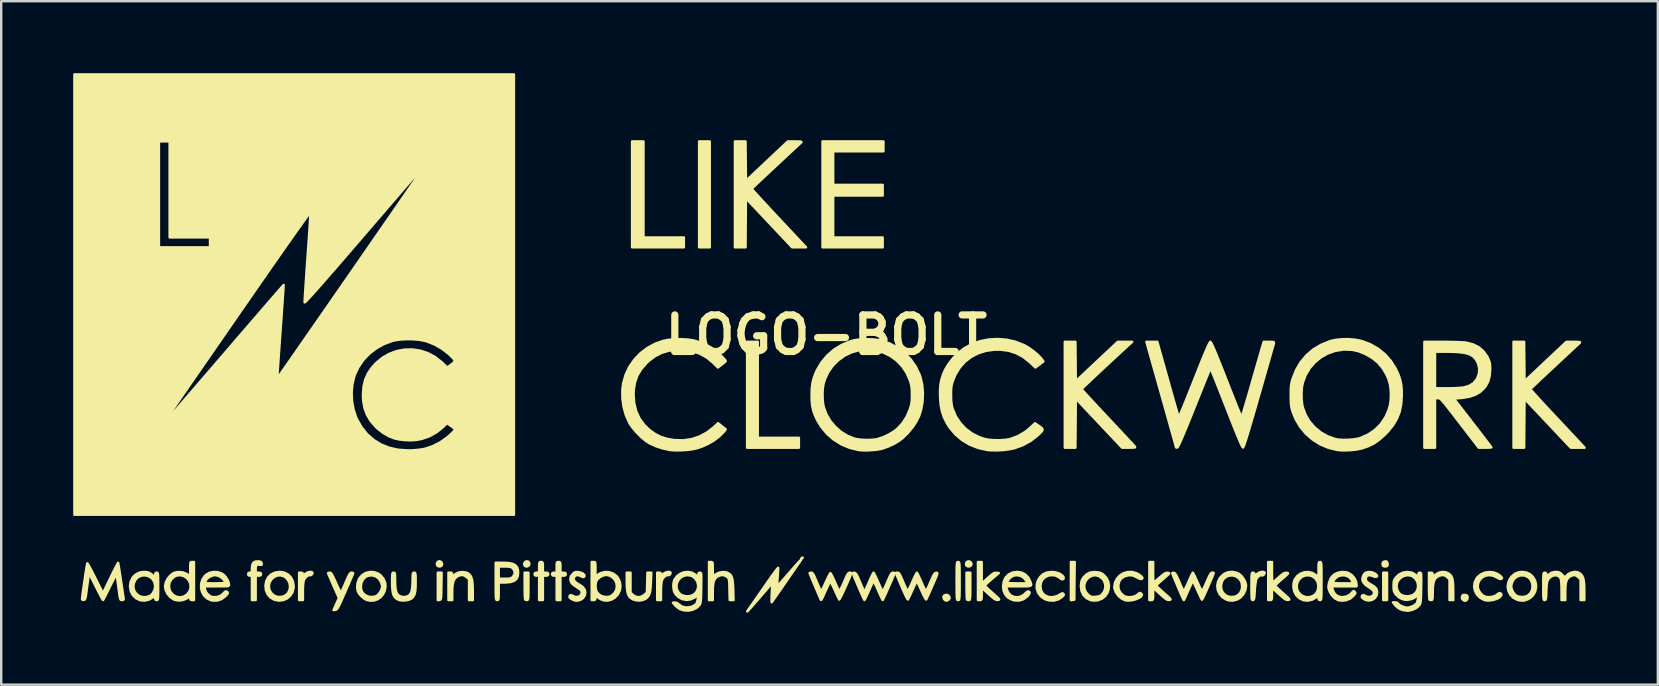
<source format=kicad_pcb>
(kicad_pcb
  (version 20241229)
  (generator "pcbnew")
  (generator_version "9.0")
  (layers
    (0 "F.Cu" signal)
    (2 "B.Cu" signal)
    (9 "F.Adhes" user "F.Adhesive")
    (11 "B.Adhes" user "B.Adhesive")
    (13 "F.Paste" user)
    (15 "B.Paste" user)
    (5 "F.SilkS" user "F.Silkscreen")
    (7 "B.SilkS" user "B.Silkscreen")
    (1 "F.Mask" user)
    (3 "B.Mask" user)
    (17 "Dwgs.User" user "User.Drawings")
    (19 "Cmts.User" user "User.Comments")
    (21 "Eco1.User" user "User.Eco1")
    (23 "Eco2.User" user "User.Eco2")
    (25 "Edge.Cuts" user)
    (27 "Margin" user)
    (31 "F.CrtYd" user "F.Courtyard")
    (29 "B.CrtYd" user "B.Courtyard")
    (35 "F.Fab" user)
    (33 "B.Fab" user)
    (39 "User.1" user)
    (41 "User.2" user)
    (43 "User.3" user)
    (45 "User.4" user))
  (footprint "LOGO-BOLT"
    (layer "F.Cu")
    (at 31.387 10.909)
    (property "Reference" "LOGO-BOLT" (at 0 0 0) (layer "F.SilkS") (effects (font (size 1.524 1.524) (thickness 0.3))))
    (attr through_hole)
    (fp_poly (pts (xy -4.858 -3.651) (xy -5.08 -3.651) (xy -5.302 -3.651) (xy -5.302 -5.858) (xy -5.302 -8.065) (xy -5.08 -8.065) (xy -4.858 -8.065) (xy -4.858 -5.858) (xy -4.858 -3.651)) (stroke (width 0.1) (type solid)) (fill yes) (layer "F.SilkS"))
    (fp_poly (pts (xy -0.984 9.283) (xy -1.007 9.312) (xy -1.016 9.319) (xy -1.046 9.327) (xy -1.048 9.322) (xy -1.025 9.293) (xy -1.016 9.287) (xy -0.986 9.279) (xy -0.984 9.283)) (stroke (width 0.1) (type solid)) (fill yes) (layer "F.SilkS"))
    (fp_poly (pts (xy 10.352 9.461) (xy 10.343 10.247) (xy 10.335 11.033) (xy 10.263 11.043) (xy 10.192 11.053) (xy 10.192 10.257) (xy 10.192 9.461) (xy 10.272 9.461) (xy 10.352 9.461)) (stroke (width 0.1) (type solid)) (fill yes) (layer "F.SilkS"))
    (fp_poly (pts (xy 23.368 11.049) (xy 23.289 11.049) (xy 23.209 11.049) (xy 23.209 10.477) (xy 23.209 9.906) (xy 23.289 9.906) (xy 23.368 9.906) (xy 23.368 10.477) (xy 23.368 11.049)) (stroke (width 0.1) (type solid)) (fill yes) (layer "F.SilkS"))
    (fp_poly (pts (xy -16.015 9.522) (xy -16.017 9.587) (xy -16.061 9.638) (xy -16.129 9.651) (xy -16.196 9.626) (xy -16.22 9.597) (xy -16.232 9.524) (xy -16.2 9.46) (xy -16.137 9.43) (xy -16.132 9.43) (xy -16.056 9.456) (xy -16.015 9.522)) (stroke (width 0.1) (type solid)) (fill yes) (layer "F.SilkS"))
    (fp_poly (pts (xy -12.374 9.56) (xy -12.411 9.623) (xy -12.485 9.652) (xy -12.493 9.652) (xy -12.565 9.627) (xy -12.589 9.587) (xy -12.589 9.512) (xy -12.549 9.457) (xy -12.487 9.431) (xy -12.423 9.445) (xy -12.387 9.484) (xy -12.374 9.56)) (stroke (width 0.1) (type solid)) (fill yes) (layer "F.SilkS"))
    (fp_poly (pts (xy 6.052 9.563) (xy 6.031 9.606) (xy 5.966 9.647) (xy 5.893 9.647) (xy 5.836 9.609) (xy 5.826 9.587) (xy 5.825 9.509) (xy 5.866 9.455) (xy 5.929 9.433) (xy 5.995 9.451) (xy 6.034 9.495) (xy 6.052 9.563)) (stroke (width 0.1) (type solid)) (fill yes) (layer "F.SilkS"))
    (fp_poly (pts (xy -5.937 -3.651) (xy -7.017 -3.651) (xy -8.096 -3.651) (xy -8.096 -5.858) (xy -8.096 -8.065) (xy -7.858 -8.065) (xy -7.62 -8.065) (xy -7.62 -6.064) (xy -7.62 -4.064) (xy -6.779 -4.064) (xy -5.937 -4.064) (xy -5.937 -3.858) (xy -5.937 -3.651)) (stroke (width 0.1) (type solid)) (fill yes) (layer "F.SilkS"))
    (fp_poly (pts (xy -1.143 4.699) (xy -2.223 4.699) (xy -3.302 4.699) (xy -3.302 2.492) (xy -3.302 0.286) (xy -3.08 0.286) (xy -2.857 0.286) (xy -2.857 2.286) (xy -2.857 4.286) (xy -2 4.286) (xy -1.143 4.286) (xy -1.143 4.493) (xy -1.143 4.699)) (stroke (width 0.1) (type solid)) (fill yes) (layer "F.SilkS"))
    (fp_poly (pts (xy 5.139 10.949) (xy 5.131 10.989) (xy 5.094 11.031) (xy 5.02 11.076) (xy 4.952 11.059) (xy 4.909 11.012) (xy 4.878 10.938) (xy 4.892 10.885) (xy 4.948 10.838) (xy 5.024 10.83) (xy 5.092 10.863) (xy 5.111 10.888) (xy 5.139 10.949)) (stroke (width 0.1) (type solid)) (fill yes) (layer "F.SilkS"))
    (fp_poly (pts (xy 23.394 9.578) (xy 23.385 9.618) (xy 23.337 9.647) (xy 23.266 9.649) (xy 23.206 9.627) (xy 23.19 9.606) (xy 23.18 9.517) (xy 23.221 9.456) (xy 23.28 9.436) (xy 23.347 9.44) (xy 23.38 9.486) (xy 23.386 9.505) (xy 23.394 9.578)) (stroke (width 0.1) (type solid)) (fill yes) (layer "F.SilkS"))
    (fp_poly (pts (xy 26.728 10.916) (xy 26.718 10.997) (xy 26.676 11.06) (xy 26.625 11.081) (xy 26.57 11.063) (xy 26.529 11.038) (xy 26.487 10.984) (xy 26.492 10.909) (xy 26.516 10.85) (xy 26.563 10.831) (xy 26.616 10.833) (xy 26.692 10.852) (xy 26.724 10.897) (xy 26.728 10.916)) (stroke (width 0.1) (type solid)) (fill yes) (layer "F.SilkS"))
    (fp_poly (pts (xy -16.032 9.906) (xy -16.041 10.47) (xy -16.044 10.671) (xy -16.048 10.818) (xy -16.053 10.919) (xy -16.061 10.983) (xy -16.073 11.019) (xy -16.091 11.036) (xy -16.115 11.042) (xy -16.121 11.043) (xy -16.192 11.053) (xy -16.192 10.48) (xy -16.192 9.906) (xy -16.112 9.906) (xy -16.032 9.906)) (stroke (width 0.1) (type solid)) (fill yes) (layer "F.SilkS"))
    (fp_poly (pts (xy -12.414 10.477) (xy -12.415 10.681) (xy -12.416 10.83) (xy -12.42 10.932) (xy -12.428 10.997) (xy -12.439 11.032) (xy -12.455 11.046) (xy -12.472 11.049) (xy -12.533 11.039) (xy -12.552 11.028) (xy -12.559 10.991) (xy -12.565 10.901) (xy -12.569 10.769) (xy -12.572 10.605) (xy -12.573 10.456) (xy -12.573 9.906) (xy -12.494 9.906) (xy -12.414 9.906) (xy -12.414 10.477)) (stroke (width 0.1) (type solid)) (fill yes) (layer "F.SilkS"))
    (fp_poly (pts (xy 6.001 10.477) (xy 6 10.681) (xy 5.999 10.83) (xy 5.995 10.932) (xy 5.987 10.997) (xy 5.976 11.032) (xy 5.96 11.046) (xy 5.943 11.049) (xy 5.882 11.039) (xy 5.863 11.028) (xy 5.856 10.991) (xy 5.85 10.901) (xy 5.846 10.769) (xy 5.843 10.605) (xy 5.842 10.456) (xy 5.842 9.906) (xy 5.921 9.906) (xy 6.001 9.906) (xy 6.001 10.477)) (stroke (width 0.1) (type solid)) (fill yes) (layer "F.SilkS"))
    (fp_poly (pts (xy 2.381 -7.652) (xy 1.333 -7.652) (xy 0.286 -7.652) (xy 0.286 -6.953) (xy 0.286 -6.255) (xy 1.318 -6.255) (xy 2.349 -6.255) (xy 2.349 -6.032) (xy 2.349 -5.81) (xy 1.318 -5.81) (xy 0.286 -5.81) (xy 0.286 -4.937) (xy 0.286 -4.064) (xy 1.318 -4.064) (xy 2.349 -4.064) (xy 2.349 -3.858) (xy 2.349 -3.651) (xy 1.095 -3.651) (xy -0.159 -3.651) (xy -0.159 -5.858) (xy -0.159 -8.065) (xy 1.111 -8.065) (xy 2.381 -8.065) (xy 2.381 -7.858) (xy 2.381 -7.652)) (stroke (width 0.1) (type solid)) (fill yes) (layer "F.SilkS"))
    (fp_poly (pts (xy -21.415 9.937) (xy -21.444 9.985) (xy -21.489 10.014) (xy -21.511 10.012) (xy -21.58 10.017) (xy -21.659 10.065) (xy -21.731 10.143) (xy -21.767 10.209) (xy -21.793 10.315) (xy -21.808 10.484) (xy -21.812 10.683) (xy -21.812 11.049) (xy -21.892 11.049) (xy -21.971 11.049) (xy -21.971 10.477) (xy -21.971 9.906) (xy -21.892 9.906) (xy -21.83 9.92) (xy -21.812 9.972) (xy -21.812 9.972) (xy -21.809 10.012) (xy -21.79 10.015) (xy -21.742 9.979) (xy -21.715 9.956) (xy -21.627 9.903) (xy -21.532 9.876) (xy -21.452 9.878) (xy -21.422 9.894) (xy -21.415 9.937)) (stroke (width 0.1) (type solid)) (fill yes) (layer "F.SilkS"))
    (fp_poly (pts (xy -6.493 9.937) (xy -6.521 9.985) (xy -6.566 10.014) (xy -6.589 10.012) (xy -6.658 10.017) (xy -6.737 10.065) (xy -6.808 10.143) (xy -6.845 10.209) (xy -6.871 10.315) (xy -6.886 10.484) (xy -6.89 10.683) (xy -6.89 11.049) (xy -6.969 11.049) (xy -7.048 11.049) (xy -7.048 10.477) (xy -7.048 9.906) (xy -6.969 9.906) (xy -6.907 9.92) (xy -6.89 9.972) (xy -6.89 9.972) (xy -6.886 10.012) (xy -6.868 10.015) (xy -6.819 9.979) (xy -6.792 9.956) (xy -6.705 9.903) (xy -6.609 9.876) (xy -6.529 9.878) (xy -6.499 9.894) (xy -6.493 9.937)) (stroke (width 0.1) (type solid)) (fill yes) (layer "F.SilkS"))
    (fp_poly (pts (xy -7.293 9.906) (xy -7.31 10.317) (xy -7.322 10.524) (xy -7.341 10.68) (xy -7.37 10.795) (xy -7.415 10.881) (xy -7.477 10.951) (xy -7.525 10.991) (xy -7.648 11.048) (xy -7.8 11.069) (xy -7.957 11.053) (xy -8.058 11.02) (xy -8.153 10.963) (xy -8.223 10.889) (xy -8.271 10.788) (xy -8.3 10.651) (xy -8.315 10.468) (xy -8.318 10.295) (xy -8.319 9.906) (xy -8.239 9.906) (xy -8.16 9.906) (xy -8.16 10.321) (xy -8.16 10.736) (xy -8.067 10.829) (xy -7.949 10.906) (xy -7.815 10.928) (xy -7.679 10.894) (xy -7.581 10.829) (xy -7.477 10.737) (xy -7.466 10.321) (xy -7.455 9.906) (xy -7.374 9.906) (xy -7.293 9.906)) (stroke (width 0.1) (type solid)) (fill yes) (layer "F.SilkS"))
    (fp_poly (pts (xy -11.589 9.97) (xy -11.601 10.013) (xy -11.65 10.031) (xy -11.7 10.033) (xy -11.811 10.033) (xy -11.811 10.541) (xy -11.811 11.049) (xy -11.89 11.049) (xy -11.97 11.049) (xy -11.97 10.541) (xy -11.97 10.033) (xy -12.065 10.033) (xy -12.135 10.023) (xy -12.159 9.986) (xy -12.16 9.97) (xy -12.145 9.923) (xy -12.09 9.907) (xy -12.065 9.906) (xy -11.97 9.906) (xy -11.97 9.684) (xy -11.969 9.568) (xy -11.962 9.501) (xy -11.944 9.471) (xy -11.912 9.462) (xy -11.89 9.461) (xy -11.849 9.465) (xy -11.825 9.484) (xy -11.814 9.532) (xy -11.811 9.624) (xy -11.811 9.684) (xy -11.811 9.906) (xy -11.7 9.906) (xy -11.623 9.913) (xy -11.592 9.941) (xy -11.589 9.97)) (stroke (width 0.1) (type solid)) (fill yes) (layer "F.SilkS"))
    (fp_poly (pts (xy -10.858 9.97) (xy -10.871 10.013) (xy -10.919 10.031) (xy -10.97 10.033) (xy -11.081 10.033) (xy -11.081 10.541) (xy -11.081 11.049) (xy -11.16 11.049) (xy -11.239 11.049) (xy -11.239 10.541) (xy -11.239 10.033) (xy -11.335 10.033) (xy -11.404 10.023) (xy -11.429 9.986) (xy -11.43 9.97) (xy -11.415 9.923) (xy -11.359 9.907) (xy -11.335 9.906) (xy -11.239 9.906) (xy -11.239 9.684) (xy -11.238 9.568) (xy -11.232 9.501) (xy -11.214 9.471) (xy -11.181 9.462) (xy -11.16 9.461) (xy -11.119 9.465) (xy -11.095 9.484) (xy -11.084 9.532) (xy -11.081 9.624) (xy -11.081 9.684) (xy -11.081 9.906) (xy -10.97 9.906) (xy -10.893 9.913) (xy -10.862 9.941) (xy -10.858 9.97)) (stroke (width 0.1) (type solid)) (fill yes) (layer "F.SilkS"))
    (fp_poly (pts (xy 5.556 10.255) (xy 5.556 10.5) (xy 5.555 10.688) (xy 5.553 10.828) (xy 5.549 10.926) (xy 5.542 10.989) (xy 5.533 11.026) (xy 5.519 11.044) (xy 5.502 11.049) (xy 5.493 11.049) (xy 5.473 11.047) (xy 5.458 11.036) (xy 5.447 11.008) (xy 5.439 10.957) (xy 5.434 10.874) (xy 5.431 10.753) (xy 5.43 10.587) (xy 5.429 10.367) (xy 5.429 10.255) (xy 5.429 10.011) (xy 5.43 9.822) (xy 5.433 9.683) (xy 5.437 9.585) (xy 5.443 9.521) (xy 5.453 9.484) (xy 5.466 9.467) (xy 5.484 9.462) (xy 5.493 9.461) (xy 5.512 9.464) (xy 5.527 9.475) (xy 5.539 9.503) (xy 5.546 9.554) (xy 5.551 9.636) (xy 5.554 9.757) (xy 5.556 9.924) (xy 5.556 10.144) (xy 5.556 10.255)) (stroke (width 0.1) (type solid)) (fill yes) (layer "F.SilkS"))
    (fp_poly (pts (xy -23.532 9.521) (xy -23.532 9.574) (xy -23.566 9.584) (xy -23.601 9.577) (xy -23.695 9.566) (xy -23.752 9.596) (xy -23.777 9.675) (xy -23.781 9.751) (xy -23.781 9.906) (xy -23.67 9.906) (xy -23.593 9.913) (xy -23.562 9.941) (xy -23.558 9.97) (xy -23.571 10.013) (xy -23.619 10.031) (xy -23.67 10.033) (xy -23.781 10.033) (xy -23.781 10.541) (xy -23.781 11.049) (xy -23.86 11.049) (xy -23.939 11.049) (xy -23.939 10.541) (xy -23.939 10.033) (xy -24.019 10.033) (xy -24.081 10.018) (xy -24.098 9.97) (xy -24.08 9.92) (xy -24.019 9.906) (xy -23.973 9.901) (xy -23.95 9.878) (xy -23.941 9.819) (xy -23.939 9.731) (xy -23.925 9.585) (xy -23.878 9.491) (xy -23.794 9.443) (xy -23.676 9.436) (xy -23.589 9.448) (xy -23.547 9.474) (xy -23.532 9.521)) (stroke (width 0.1) (type solid)) (fill yes) (layer "F.SilkS"))
    (fp_poly (pts (xy -14.732 11.049) (xy -14.811 11.049) (xy -14.891 11.049) (xy -14.891 10.618) (xy -14.891 10.187) (xy -14.984 10.094) (xy -15.097 10.018) (xy -15.224 10.004) (xy -15.362 10.052) (xy -15.384 10.065) (xy -15.468 10.136) (xy -15.528 10.232) (xy -15.566 10.365) (xy -15.585 10.543) (xy -15.589 10.716) (xy -15.589 11.049) (xy -15.669 11.049) (xy -15.748 11.049) (xy -15.748 10.477) (xy -15.748 9.906) (xy -15.669 9.906) (xy -15.613 9.915) (xy -15.592 9.956) (xy -15.589 10.008) (xy -15.587 10.075) (xy -15.575 10.086) (xy -15.544 10.047) (xy -15.543 10.044) (xy -15.445 9.955) (xy -15.311 9.898) (xy -15.16 9.878) (xy -15.013 9.899) (xy -14.95 9.924) (xy -14.869 9.982) (xy -14.809 10.066) (xy -14.768 10.184) (xy -14.744 10.344) (xy -14.734 10.556) (xy -14.733 10.644) (xy -14.732 11.049)) (stroke (width 0.1) (type solid)) (fill yes) (layer "F.SilkS"))
    (fp_poly (pts (xy -3.867 11.049) (xy -3.947 11.049) (xy -4.027 11.049) (xy -4.038 10.602) (xy -4.042 10.425) (xy -4.047 10.3) (xy -4.056 10.216) (xy -4.069 10.162) (xy -4.089 10.124) (xy -4.119 10.093) (xy -4.137 10.078) (xy -4.257 10.014) (xy -4.391 10.008) (xy -4.527 10.061) (xy -4.609 10.126) (xy -4.667 10.21) (xy -4.704 10.324) (xy -4.724 10.479) (xy -4.731 10.686) (xy -4.731 10.697) (xy -4.731 11.049) (xy -4.81 11.049) (xy -4.889 11.049) (xy -4.889 10.255) (xy -4.889 9.461) (xy -4.81 9.461) (xy -4.773 9.464) (xy -4.75 9.478) (xy -4.737 9.516) (xy -4.732 9.59) (xy -4.731 9.711) (xy -4.731 9.765) (xy -4.731 10.068) (xy -4.618 9.982) (xy -4.481 9.91) (xy -4.326 9.879) (xy -4.175 9.891) (xy -4.102 9.919) (xy -4.026 9.968) (xy -3.97 10.03) (xy -3.93 10.117) (xy -3.904 10.238) (xy -3.888 10.402) (xy -3.879 10.612) (xy -3.867 11.049)) (stroke (width 0.1) (type solid)) (fill yes) (layer "F.SilkS"))
    (fp_poly (pts (xy 18.267 9.898) (xy 18.264 9.941) (xy 18.231 9.99) (xy 18.188 10.021) (xy 18.166 10.02) (xy 18.101 10.014) (xy 18.025 10.05) (xy 17.955 10.116) (xy 17.922 10.172) (xy 17.903 10.246) (xy 17.884 10.367) (xy 17.867 10.516) (xy 17.856 10.664) (xy 17.846 10.827) (xy 17.836 10.936) (xy 17.824 11.003) (xy 17.808 11.037) (xy 17.786 11.048) (xy 17.775 11.049) (xy 17.754 11.045) (xy 17.739 11.028) (xy 17.729 10.989) (xy 17.722 10.92) (xy 17.718 10.812) (xy 17.717 10.656) (xy 17.716 10.477) (xy 17.717 10.274) (xy 17.718 10.126) (xy 17.722 10.024) (xy 17.729 9.96) (xy 17.74 9.924) (xy 17.756 9.909) (xy 17.778 9.906) (xy 17.78 9.906) (xy 17.833 9.928) (xy 17.843 9.97) (xy 17.848 10.018) (xy 17.869 10.026) (xy 17.917 9.991) (xy 17.958 9.954) (xy 18.033 9.906) (xy 18.124 9.877) (xy 18.208 9.872) (xy 18.263 9.893) (xy 18.267 9.898)) (stroke (width 0.1) (type solid)) (fill yes) (layer "F.SilkS"))
    (fp_poly (pts (xy 7.203 11.021) (xy 7.192 11.035) (xy 7.159 11.042) (xy 7.146 11.043) (xy 7.097 11.042) (xy 7.046 11.025) (xy 6.982 10.984) (xy 6.895 10.914) (xy 6.775 10.806) (xy 6.761 10.794) (xy 6.477 10.534) (xy 6.477 10.792) (xy 6.476 10.919) (xy 6.471 10.995) (xy 6.458 11.034) (xy 6.432 11.047) (xy 6.398 11.049) (xy 6.318 11.049) (xy 6.318 10.255) (xy 6.318 9.461) (xy 6.398 9.461) (xy 6.477 9.461) (xy 6.477 9.909) (xy 6.477 10.357) (xy 6.73 10.129) (xy 6.847 10.026) (xy 6.93 9.96) (xy 6.992 9.924) (xy 7.044 9.911) (xy 7.086 9.912) (xy 7.19 9.922) (xy 6.897 10.172) (xy 6.784 10.27) (xy 6.691 10.354) (xy 6.628 10.415) (xy 6.604 10.444) (xy 6.604 10.444) (xy 6.627 10.472) (xy 6.688 10.534) (xy 6.78 10.62) (xy 6.894 10.723) (xy 6.925 10.75) (xy 7.053 10.864) (xy 7.139 10.942) (xy 7.187 10.992) (xy 7.203 11.021)) (stroke (width 0.1) (type solid)) (fill yes) (layer "F.SilkS"))
    (fp_poly (pts (xy 26.13 11.049) (xy 26.051 11.049) (xy 25.971 11.049) (xy 25.971 10.618) (xy 25.971 10.187) (xy 25.879 10.094) (xy 25.777 10.022) (xy 25.666 10.005) (xy 25.533 10.041) (xy 25.504 10.054) (xy 25.413 10.115) (xy 25.348 10.201) (xy 25.305 10.324) (xy 25.281 10.491) (xy 25.274 10.708) (xy 25.272 10.859) (xy 25.268 10.958) (xy 25.259 11.015) (xy 25.243 11.042) (xy 25.219 11.049) (xy 25.215 11.049) (xy 25.154 11.039) (xy 25.135 11.028) (xy 25.129 10.991) (xy 25.123 10.901) (xy 25.118 10.769) (xy 25.115 10.605) (xy 25.114 10.456) (xy 25.114 9.906) (xy 25.194 9.906) (xy 25.251 9.916) (xy 25.271 9.961) (xy 25.273 10) (xy 25.273 10.093) (xy 25.36 10.012) (xy 25.504 9.915) (xy 25.661 9.874) (xy 25.819 9.889) (xy 25.943 9.947) (xy 26.011 10.004) (xy 26.061 10.075) (xy 26.095 10.172) (xy 26.116 10.305) (xy 26.126 10.483) (xy 26.128 10.644) (xy 26.13 11.049)) (stroke (width 0.1) (type solid)) (fill yes) (layer "F.SilkS"))
    (fp_poly (pts (xy 28.156 10.144) (xy 28.115 10.171) (xy 28.061 10.166) (xy 27.983 10.131) (xy 27.953 10.112) (xy 27.792 10.034) (xy 27.629 10.01) (xy 27.474 10.033) (xy 27.339 10.101) (xy 27.232 10.208) (xy 27.165 10.348) (xy 27.146 10.486) (xy 27.173 10.609) (xy 27.245 10.737) (xy 27.349 10.849) (xy 27.371 10.865) (xy 27.484 10.915) (xy 27.627 10.928) (xy 27.775 10.907) (xy 27.909 10.856) (xy 28.001 10.783) (xy 28.054 10.754) (xy 28.106 10.769) (xy 28.136 10.815) (xy 28.127 10.865) (xy 28.057 10.937) (xy 27.942 10.998) (xy 27.8 11.043) (xy 27.649 11.067) (xy 27.507 11.065) (xy 27.416 11.044) (xy 27.244 10.95) (xy 27.114 10.821) (xy 27.031 10.667) (xy 26.997 10.498) (xy 27.016 10.326) (xy 27.089 10.159) (xy 27.138 10.093) (xy 27.275 9.977) (xy 27.443 9.904) (xy 27.628 9.877) (xy 27.813 9.896) (xy 27.983 9.962) (xy 28.09 10.04) (xy 28.149 10.104) (xy 28.156 10.144)) (stroke (width 0.1) (type solid)) (fill yes) (layer "F.SilkS"))
    (fp_poly (pts (xy -22.198 10.455) (xy -22.201 10.544) (xy -22.247 10.721) (xy -22.342 10.869) (xy -22.352 10.878) (xy -22.352 10.515) (xy -22.366 10.369) (xy -22.423 10.231) (xy -22.521 10.115) (xy -22.616 10.054) (xy -22.757 10.016) (xy -22.895 10.032) (xy -23.022 10.093) (xy -23.127 10.19) (xy -23.2 10.314) (xy -23.231 10.457) (xy -23.214 10.602) (xy -23.142 10.744) (xy -23.031 10.851) (xy -22.894 10.912) (xy -22.81 10.922) (xy -22.697 10.911) (xy -22.593 10.883) (xy -22.571 10.873) (xy -22.454 10.78) (xy -22.381 10.657) (xy -22.352 10.515) (xy -22.352 10.878) (xy -22.474 10.982) (xy -22.634 11.052) (xy -22.81 11.073) (xy -22.991 11.039) (xy -22.998 11.036) (xy -23.164 10.944) (xy -23.284 10.809) (xy -23.355 10.637) (xy -23.375 10.46) (xy -23.345 10.266) (xy -23.264 10.104) (xy -23.137 9.98) (xy -22.972 9.902) (xy -22.777 9.874) (xy -22.591 9.903) (xy -22.433 9.983) (xy -22.31 10.107) (xy -22.23 10.267) (xy -22.198 10.455)) (stroke (width 0.1) (type solid)) (fill yes) (layer "F.SilkS"))
    (fp_poly (pts (xy 9.899 10.824) (xy 9.876 10.867) (xy 9.82 10.922) (xy 9.662 11.023) (xy 9.478 11.072) (xy 9.282 11.065) (xy 9.164 11.034) (xy 9.061 10.983) (xy 8.958 10.908) (xy 8.934 10.887) (xy 8.826 10.742) (xy 8.771 10.576) (xy 8.769 10.403) (xy 8.817 10.234) (xy 8.915 10.081) (xy 9.042 9.968) (xy 9.185 9.903) (xy 9.357 9.876) (xy 9.536 9.887) (xy 9.698 9.937) (xy 9.699 9.937) (xy 9.812 10.005) (xy 9.879 10.075) (xy 9.895 10.138) (xy 9.876 10.171) (xy 9.824 10.188) (xy 9.798 10.175) (xy 9.682 10.094) (xy 9.594 10.046) (xy 9.511 10.021) (xy 9.436 10.011) (xy 9.265 10.024) (xy 9.119 10.09) (xy 9.007 10.199) (xy 8.939 10.344) (xy 8.922 10.474) (xy 8.948 10.642) (xy 9.02 10.774) (xy 9.13 10.867) (xy 9.269 10.92) (xy 9.428 10.927) (xy 9.599 10.887) (xy 9.773 10.797) (xy 9.786 10.787) (xy 9.84 10.765) (xy 9.881 10.79) (xy 9.899 10.824)) (stroke (width 0.1) (type solid)) (fill yes) (layer "F.SilkS"))
    (fp_poly (pts (xy 13.176 10.13) (xy 13.152 10.166) (xy 13.09 10.168) (xy 13.005 10.138) (xy 12.955 10.109) (xy 12.786 10.028) (xy 12.618 10.011) (xy 12.444 10.055) (xy 12.437 10.058) (xy 12.3 10.142) (xy 12.215 10.254) (xy 12.172 10.406) (xy 12.168 10.44) (xy 12.184 10.6) (xy 12.26 10.746) (xy 12.387 10.867) (xy 12.502 10.917) (xy 12.644 10.93) (xy 12.793 10.908) (xy 12.926 10.855) (xy 13.015 10.783) (xy 13.06 10.752) (xy 13.112 10.77) (xy 13.153 10.818) (xy 13.14 10.871) (xy 13.085 10.925) (xy 12.997 10.976) (xy 12.885 11.02) (xy 12.761 11.052) (xy 12.633 11.069) (xy 12.513 11.067) (xy 12.436 11.05) (xy 12.292 10.977) (xy 12.165 10.865) (xy 12.067 10.727) (xy 12.011 10.582) (xy 12.002 10.509) (xy 12.03 10.322) (xy 12.109 10.159) (xy 12.229 10.027) (xy 12.38 9.932) (xy 12.554 9.879) (xy 12.74 9.877) (xy 12.915 9.923) (xy 13.007 9.972) (xy 13.093 10.032) (xy 13.155 10.091) (xy 13.176 10.13)) (stroke (width 0.1) (type solid)) (fill yes) (layer "F.SilkS"))
    (fp_poly (pts (xy 17.494 10.444) (xy 17.464 10.635) (xy 17.382 10.806) (xy 17.331 10.861) (xy 17.331 10.468) (xy 17.302 10.31) (xy 17.284 10.267) (xy 17.194 10.142) (xy 17.073 10.06) (xy 16.936 10.023) (xy 16.794 10.029) (xy 16.661 10.079) (xy 16.551 10.173) (xy 16.491 10.275) (xy 16.449 10.442) (xy 16.462 10.599) (xy 16.524 10.735) (xy 16.627 10.841) (xy 16.766 10.906) (xy 16.891 10.922) (xy 17.02 10.905) (xy 17.13 10.863) (xy 17.132 10.862) (xy 17.242 10.76) (xy 17.309 10.624) (xy 17.331 10.468) (xy 17.331 10.861) (xy 17.255 10.944) (xy 17.13 11.021) (xy 16.95 11.073) (xy 16.771 11.062) (xy 16.653 11.021) (xy 16.491 10.916) (xy 16.377 10.778) (xy 16.31 10.62) (xy 16.292 10.451) (xy 16.324 10.283) (xy 16.404 10.125) (xy 16.536 9.99) (xy 16.6 9.946) (xy 16.756 9.885) (xy 16.931 9.874) (xy 17.105 9.911) (xy 17.195 9.953) (xy 17.298 10.04) (xy 17.392 10.162) (xy 17.461 10.297) (xy 17.493 10.424) (xy 17.494 10.444)) (stroke (width 0.1) (type solid)) (fill yes) (layer "F.SilkS"))
    (fp_poly (pts (xy -19.718 9.93) (xy -19.73 9.964) (xy -19.765 10.049) (xy -19.818 10.175) (xy -19.887 10.336) (xy -19.968 10.523) (xy -20.045 10.7) (xy -20.146 10.929) (xy -20.225 11.106) (xy -20.286 11.238) (xy -20.334 11.331) (xy -20.371 11.393) (xy -20.401 11.43) (xy -20.428 11.449) (xy -20.456 11.456) (xy -20.539 11.466) (xy -20.426 11.214) (xy -20.313 10.962) (xy -20.539 10.454) (xy -20.612 10.287) (xy -20.675 10.142) (xy -20.725 10.026) (xy -20.756 9.951) (xy -20.765 9.925) (xy -20.738 9.911) (xy -20.693 9.907) (xy -20.662 9.914) (xy -20.629 9.943) (xy -20.592 10) (xy -20.543 10.094) (xy -20.478 10.234) (xy -20.433 10.336) (xy -20.366 10.484) (xy -20.306 10.607) (xy -20.259 10.694) (xy -20.23 10.737) (xy -20.224 10.74) (xy -20.205 10.703) (xy -20.166 10.619) (xy -20.113 10.5) (xy -20.051 10.356) (xy -20.032 10.311) (xy -19.961 10.147) (xy -19.907 10.034) (xy -19.867 9.962) (xy -19.833 9.923) (xy -19.802 9.908) (xy -19.788 9.906) (xy -19.733 9.915) (xy -19.718 9.93)) (stroke (width 0.1) (type solid)) (fill yes) (layer "F.SilkS"))
    (fp_poly (pts (xy -18.37 10.496) (xy -18.4 10.654) (xy -18.468 10.799) (xy -18.51 10.85) (xy -18.51 10.477) (xy -18.524 10.403) (xy -18.558 10.306) (xy -18.576 10.267) (xy -18.671 10.136) (xy -18.799 10.051) (xy -18.946 10.017) (xy -19.099 10.037) (xy -19.202 10.085) (xy -19.306 10.186) (xy -19.372 10.323) (xy -19.398 10.477) (xy -19.379 10.63) (xy -19.35 10.703) (xy -19.26 10.813) (xy -19.132 10.887) (xy -18.985 10.921) (xy -18.835 10.91) (xy -18.729 10.867) (xy -18.648 10.793) (xy -18.574 10.682) (xy -18.524 10.561) (xy -18.51 10.477) (xy -18.51 10.85) (xy -18.57 10.922) (xy -18.7 11.015) (xy -18.853 11.069) (xy -19.025 11.074) (xy -19.161 11.043) (xy -19.271 10.982) (xy -19.384 10.885) (xy -19.478 10.773) (xy -19.529 10.674) (xy -19.555 10.51) (xy -19.535 10.333) (xy -19.475 10.169) (xy -19.452 10.13) (xy -19.329 9.997) (xy -19.175 9.911) (xy -19.004 9.874) (xy -18.83 9.887) (xy -18.665 9.951) (xy -18.563 10.027) (xy -18.447 10.174) (xy -18.384 10.333) (xy -18.37 10.496)) (stroke (width 0.1) (type solid)) (fill yes) (layer "F.SilkS"))
    (fp_poly (pts (xy 29.579 10.532) (xy 29.543 10.689) (xy 29.465 10.833) (xy 29.429 10.869) (xy 29.429 10.513) (xy 29.419 10.364) (xy 29.367 10.226) (xy 29.273 10.113) (xy 29.235 10.085) (xy 29.088 10.026) (xy 28.934 10.021) (xy 28.79 10.068) (xy 28.669 10.162) (xy 28.609 10.251) (xy 28.567 10.355) (xy 28.545 10.456) (xy 28.543 10.48) (xy 28.568 10.603) (xy 28.631 10.731) (xy 28.718 10.836) (xy 28.76 10.868) (xy 28.874 10.909) (xy 29.015 10.919) (xy 29.152 10.897) (xy 29.213 10.873) (xy 29.325 10.782) (xy 29.398 10.657) (xy 29.429 10.513) (xy 29.429 10.869) (xy 29.341 10.955) (xy 29.227 11.021) (xy 29.067 11.071) (xy 28.908 11.068) (xy 28.786 11.034) (xy 28.622 10.946) (xy 28.5 10.819) (xy 28.424 10.665) (xy 28.395 10.495) (xy 28.418 10.321) (xy 28.493 10.153) (xy 28.552 10.075) (xy 28.692 9.954) (xy 28.853 9.889) (xy 29.004 9.874) (xy 29.184 9.901) (xy 29.334 9.974) (xy 29.45 10.083) (xy 29.531 10.219) (xy 29.574 10.372) (xy 29.579 10.532)) (stroke (width 0.1) (type solid)) (fill yes) (layer "F.SilkS"))
    (fp_poly (pts (xy 22.955 10.745) (xy 22.927 10.872) (xy 22.851 10.974) (xy 22.742 11.042) (xy 22.614 11.069) (xy 22.48 11.046) (xy 22.463 11.038) (xy 22.36 10.979) (xy 22.312 10.921) (xy 22.325 10.869) (xy 22.334 10.86) (xy 22.382 10.839) (xy 22.439 10.862) (xy 22.453 10.872) (xy 22.556 10.916) (xy 22.662 10.916) (xy 22.753 10.879) (xy 22.813 10.811) (xy 22.828 10.742) (xy 22.8 10.666) (xy 22.721 10.584) (xy 22.603 10.507) (xy 22.59 10.5) (xy 22.469 10.416) (xy 22.379 10.31) (xy 22.342 10.226) (xy 22.343 10.129) (xy 22.379 10.023) (xy 22.438 9.937) (xy 22.474 9.909) (xy 22.593 9.877) (xy 22.729 9.888) (xy 22.852 9.937) (xy 22.932 10.001) (xy 22.955 10.052) (xy 22.928 10.081) (xy 22.857 10.078) (xy 22.773 10.048) (xy 22.655 10.012) (xy 22.561 10.025) (xy 22.501 10.083) (xy 22.485 10.139) (xy 22.485 10.208) (xy 22.512 10.266) (xy 22.574 10.323) (xy 22.682 10.391) (xy 22.718 10.412) (xy 22.841 10.49) (xy 22.914 10.565) (xy 22.948 10.652) (xy 22.955 10.745)) (stroke (width 0.1) (type solid)) (fill yes) (layer "F.SilkS"))
    (fp_poly (pts (xy -0.845 -3.651) (xy -1.135 -3.651) (xy -1.425 -3.651) (xy -2.387 -4.672) (xy -3.35 -5.693) (xy -3.358 -4.672) (xy -3.366 -3.651) (xy -3.588 -3.651) (xy -3.81 -3.651) (xy -3.81 -5.858) (xy -3.81 -8.065) (xy -3.588 -8.065) (xy -3.367 -8.065) (xy -3.358 -7.244) (xy -3.35 -6.424) (xy -2.478 -7.244) (xy -1.607 -8.065) (xy -1.305 -8.065) (xy -1.165 -8.063) (xy -1.08 -8.059) (xy -1.041 -8.049) (xy -1.038 -8.033) (xy -1.049 -8.021) (xy -1.448 -7.65) (xy -1.805 -7.317) (xy -2.121 -7.023) (xy -2.394 -6.768) (xy -2.623 -6.553) (xy -2.809 -6.378) (xy -2.95 -6.245) (xy -3.046 -6.153) (xy -3.097 -6.103) (xy -3.105 -6.094) (xy -3.086 -6.067) (xy -3.027 -5.998) (xy -2.933 -5.893) (xy -2.808 -5.755) (xy -2.656 -5.589) (xy -2.481 -5.4) (xy -2.287 -5.191) (xy -2.079 -4.969) (xy -2.061 -4.949) (xy -1.848 -4.722) (xy -1.646 -4.507) (xy -1.46 -4.309) (xy -1.295 -4.132) (xy -1.154 -3.982) (xy -1.042 -3.863) (xy -0.965 -3.78) (xy -0.927 -3.739) (xy -0.926 -3.739) (xy -0.845 -3.651)) (stroke (width 0.1) (type solid)) (fill yes) (layer "F.SilkS"))
    (fp_poly (pts (xy 31.603 4.699) (xy 31.313 4.699) (xy 31.024 4.699) (xy 30.061 3.678) (xy 29.099 2.657) (xy 29.09 3.678) (xy 29.082 4.699) (xy 28.86 4.699) (xy 28.639 4.699) (xy 28.639 2.492) (xy 28.639 0.286) (xy 28.86 0.286) (xy 29.082 0.286) (xy 29.09 1.106) (xy 29.099 1.926) (xy 29.97 1.106) (xy 30.842 0.286) (xy 31.144 0.286) (xy 31.283 0.287) (xy 31.368 0.292) (xy 31.407 0.301) (xy 31.41 0.317) (xy 31.4 0.329) (xy 31.001 0.7) (xy 30.643 1.033) (xy 30.328 1.327) (xy 30.055 1.582) (xy 29.825 1.797) (xy 29.64 1.972) (xy 29.498 2.106) (xy 29.402 2.198) (xy 29.352 2.248) (xy 29.344 2.257) (xy 29.363 2.283) (xy 29.421 2.352) (xy 29.515 2.457) (xy 29.64 2.595) (xy 29.793 2.761) (xy 29.967 2.951) (xy 30.161 3.159) (xy 30.369 3.382) (xy 30.388 3.401) (xy 30.6 3.628) (xy 30.802 3.843) (xy 30.988 4.042) (xy 31.154 4.218) (xy 31.295 4.369) (xy 31.406 4.488) (xy 31.483 4.57) (xy 31.522 4.611) (xy 31.522 4.612) (xy 31.603 4.699)) (stroke (width 0.1) (type solid)) (fill yes) (layer "F.SilkS"))
    (fp_poly (pts (xy -12.843 9.907) (xy -12.86 10.057) (xy -12.914 10.17) (xy -12.986 10.227) (xy -12.986 9.906) (xy -13.015 9.795) (xy -13.064 9.73) (xy -13.11 9.69) (xy -13.162 9.667) (xy -13.237 9.656) (xy -13.354 9.652) (xy -13.397 9.652) (xy -13.652 9.652) (xy -13.652 9.906) (xy -13.652 10.16) (xy -13.397 10.16) (xy -13.266 10.158) (xy -13.18 10.149) (xy -13.123 10.13) (xy -13.077 10.095) (xy -13.064 10.082) (xy -12.999 9.98) (xy -12.986 9.906) (xy -12.986 10.227) (xy -13.011 10.248) (xy -13.156 10.296) (xy -13.353 10.317) (xy -13.438 10.319) (xy -13.652 10.319) (xy -13.652 10.684) (xy -13.653 10.841) (xy -13.656 10.945) (xy -13.664 11.007) (xy -13.678 11.038) (xy -13.7 11.048) (xy -13.716 11.049) (xy -13.736 11.047) (xy -13.751 11.035) (xy -13.762 11.007) (xy -13.77 10.955) (xy -13.775 10.872) (xy -13.778 10.75) (xy -13.779 10.581) (xy -13.779 10.359) (xy -13.78 10.271) (xy -13.78 9.493) (xy -13.477 9.493) (xy -13.253 9.503) (xy -13.085 9.534) (xy -12.965 9.591) (xy -12.889 9.676) (xy -12.851 9.795) (xy -12.843 9.907)) (stroke (width 0.1) (type solid)) (fill yes) (layer "F.SilkS"))
    (fp_poly (pts (xy -10.044 10.742) (xy -10.069 10.862) (xy -10.139 10.967) (xy -10.24 11.036) (xy -10.357 11.073) (xy -10.456 11.071) (xy -10.557 11.037) (xy -10.66 10.979) (xy -10.707 10.922) (xy -10.696 10.87) (xy -10.686 10.86) (xy -10.638 10.839) (xy -10.581 10.862) (xy -10.567 10.872) (xy -10.461 10.918) (xy -10.356 10.918) (xy -10.267 10.878) (xy -10.21 10.806) (xy -10.197 10.713) (xy -10.218 10.652) (xy -10.271 10.595) (xy -10.37 10.529) (xy -10.38 10.523) (xy -10.523 10.429) (xy -10.613 10.342) (xy -10.658 10.251) (xy -10.668 10.17) (xy -10.648 10.068) (xy -10.581 9.974) (xy -10.571 9.963) (xy -10.503 9.903) (xy -10.44 9.879) (xy -10.351 9.88) (xy -10.33 9.883) (xy -10.221 9.908) (xy -10.135 9.951) (xy -10.083 10.003) (xy -10.078 10.054) (xy -10.09 10.071) (xy -10.131 10.091) (xy -10.19 10.073) (xy -10.221 10.056) (xy -10.336 10.008) (xy -10.429 10.016) (xy -10.492 10.063) (xy -10.535 10.147) (xy -10.514 10.233) (xy -10.433 10.319) (xy -10.359 10.368) (xy -10.258 10.43) (xy -10.17 10.492) (xy -10.137 10.519) (xy -10.065 10.622) (xy -10.044 10.742)) (stroke (width 0.1) (type solid)) (fill yes) (layer "F.SilkS"))
    (fp_poly (pts (xy 11.779 10.433) (xy 11.766 10.598) (xy 11.711 10.754) (xy 11.626 10.876) (xy 11.626 10.533) (xy 11.619 10.375) (xy 11.562 10.229) (xy 11.507 10.157) (xy 11.371 10.055) (xy 11.225 10.013) (xy 11.075 10.033) (xy 10.928 10.114) (xy 10.904 10.134) (xy 10.799 10.264) (xy 10.75 10.412) (xy 10.755 10.567) (xy 10.815 10.714) (xy 10.912 10.827) (xy 10.983 10.885) (xy 11.045 10.913) (xy 11.122 10.92) (xy 11.213 10.915) (xy 11.335 10.9) (xy 11.419 10.869) (xy 11.49 10.814) (xy 11.583 10.684) (xy 11.626 10.533) (xy 11.626 10.876) (xy 11.618 10.888) (xy 11.487 10.992) (xy 11.323 11.054) (xy 11.252 11.065) (xy 11.141 11.068) (xy 11.041 11.058) (xy 11.011 11.051) (xy 10.839 10.966) (xy 10.713 10.838) (xy 10.635 10.673) (xy 10.609 10.476) (xy 10.611 10.426) (xy 10.625 10.298) (xy 10.654 10.206) (xy 10.707 10.121) (xy 10.719 10.106) (xy 10.845 9.978) (xy 10.982 9.906) (xy 11.147 9.88) (xy 11.228 9.882) (xy 11.36 9.897) (xy 11.458 9.929) (xy 11.538 9.981) (xy 11.667 10.113) (xy 11.747 10.268) (xy 11.779 10.433)) (stroke (width 0.1) (type solid)) (fill yes) (layer "F.SilkS"))
    (fp_poly (pts (xy -17.113 10.311) (xy -17.117 10.523) (xy -17.131 10.682) (xy -17.159 10.801) (xy -17.202 10.891) (xy -17.265 10.961) (xy -17.304 10.992) (xy -17.4 11.035) (xy -17.53 11.062) (xy -17.668 11.068) (xy -17.786 11.052) (xy -17.791 11.05) (xy -17.9 11.003) (xy -17.981 10.934) (xy -18.038 10.837) (xy -18.074 10.701) (xy -18.093 10.519) (xy -18.098 10.304) (xy -18.097 10.139) (xy -18.094 10.027) (xy -18.087 9.958) (xy -18.075 9.922) (xy -18.056 9.908) (xy -18.034 9.906) (xy -18.005 9.91) (xy -17.987 9.931) (xy -17.976 9.979) (xy -17.972 10.065) (xy -17.97 10.202) (xy -17.97 10.231) (xy -17.965 10.446) (xy -17.948 10.608) (xy -17.916 10.727) (xy -17.869 10.811) (xy -17.822 10.857) (xy -17.706 10.912) (xy -17.571 10.922) (xy -17.442 10.888) (xy -17.38 10.848) (xy -17.327 10.784) (xy -17.289 10.691) (xy -17.263 10.559) (xy -17.248 10.381) (xy -17.243 10.168) (xy -17.24 10.039) (xy -17.234 9.961) (xy -17.22 9.921) (xy -17.195 9.907) (xy -17.177 9.906) (xy -17.151 9.91) (xy -17.133 9.927) (xy -17.122 9.969) (xy -17.116 10.045) (xy -17.114 10.165) (xy -17.113 10.311)) (stroke (width 0.1) (type solid)) (fill yes) (layer "F.SilkS"))
    (fp_poly (pts (xy 12.87 4.671) (xy 12.861 4.687) (xy 12.816 4.695) (xy 12.726 4.698) (xy 12.612 4.699) (xy 12.326 4.699) (xy 11.362 3.677) (xy 10.398 2.654) (xy 10.39 3.677) (xy 10.381 4.699) (xy 10.16 4.699) (xy 9.938 4.699) (xy 9.938 2.492) (xy 9.938 0.286) (xy 10.159 0.286) (xy 10.381 0.286) (xy 10.39 1.106) (xy 10.398 1.927) (xy 11.271 1.106) (xy 12.144 0.286) (xy 12.446 0.286) (xy 12.748 0.286) (xy 12.531 0.484) (xy 12.353 0.649) (xy 12.16 0.827) (xy 11.959 1.013) (xy 11.755 1.203) (xy 11.552 1.391) (xy 11.357 1.574) (xy 11.175 1.744) (xy 11.011 1.899) (xy 10.871 2.032) (xy 10.759 2.138) (xy 10.681 2.214) (xy 10.642 2.253) (xy 10.639 2.257) (xy 10.659 2.283) (xy 10.719 2.351) (xy 10.815 2.456) (xy 10.941 2.594) (xy 11.095 2.761) (xy 11.272 2.951) (xy 11.467 3.16) (xy 11.678 3.385) (xy 11.724 3.434) (xy 11.938 3.663) (xy 12.141 3.879) (xy 12.326 4.077) (xy 12.491 4.253) (xy 12.63 4.403) (xy 12.74 4.52) (xy 12.815 4.602) (xy 12.852 4.643) (xy 12.855 4.646) (xy 12.87 4.671)) (stroke (width 0.1) (type solid)) (fill yes) (layer "F.SilkS"))
    (fp_poly (pts (xy -26.352 11.049) (xy -26.432 11.049) (xy -26.492 11.036) (xy -26.495 11.028) (xy -26.495 10.528) (xy -26.504 10.378) (xy -26.562 10.237) (xy -26.665 10.118) (xy -26.791 10.043) (xy -26.941 10.009) (xy -27.082 10.03) (xy -27.205 10.095) (xy -27.304 10.196) (xy -27.37 10.322) (xy -27.395 10.465) (xy -27.371 10.614) (xy -27.334 10.697) (xy -27.23 10.825) (xy -27.098 10.904) (xy -26.949 10.933) (xy -26.799 10.909) (xy -26.66 10.83) (xy -26.634 10.807) (xy -26.538 10.676) (xy -26.495 10.528) (xy -26.495 11.028) (xy -26.511 10.985) (xy -26.511 10.969) (xy -26.511 10.889) (xy -26.633 10.97) (xy -26.797 11.045) (xy -26.975 11.07) (xy -27.146 11.043) (xy -27.195 11.023) (xy -27.342 10.924) (xy -27.459 10.786) (xy -27.535 10.626) (xy -27.559 10.477) (xy -27.532 10.329) (xy -27.461 10.178) (xy -27.358 10.043) (xy -27.236 9.942) (xy -27.156 9.904) (xy -26.992 9.877) (xy -26.821 9.895) (xy -26.668 9.953) (xy -26.624 9.982) (xy -26.511 10.068) (xy -26.511 9.765) (xy -26.511 9.625) (xy -26.507 9.536) (xy -26.497 9.487) (xy -26.478 9.466) (xy -26.446 9.462) (xy -26.432 9.461) (xy -26.352 9.461) (xy -26.352 10.255) (xy -26.352 11.049)) (stroke (width 0.1) (type solid)) (fill yes) (layer "F.SilkS"))
    (fp_poly (pts (xy 14.347 11.021) (xy 14.336 11.035) (xy 14.302 11.042) (xy 14.289 11.043) (xy 14.241 11.042) (xy 14.19 11.025) (xy 14.126 10.984) (xy 14.039 10.914) (xy 13.918 10.806) (xy 13.905 10.794) (xy 13.621 10.534) (xy 13.621 10.792) (xy 13.62 10.919) (xy 13.615 10.995) (xy 13.601 11.034) (xy 13.576 11.047) (xy 13.541 11.049) (xy 13.462 11.049) (xy 13.462 10.255) (xy 13.462 9.461) (xy 13.541 9.461) (xy 13.621 9.461) (xy 13.621 9.89) (xy 13.622 10.047) (xy 13.626 10.178) (xy 13.631 10.272) (xy 13.638 10.316) (xy 13.64 10.319) (xy 13.67 10.299) (xy 13.736 10.245) (xy 13.827 10.168) (xy 13.892 10.11) (xy 14.005 10.012) (xy 14.085 9.951) (xy 14.146 9.92) (xy 14.2 9.91) (xy 14.227 9.912) (xy 14.268 9.917) (xy 14.288 9.928) (xy 14.28 9.952) (xy 14.24 9.995) (xy 14.162 10.065) (xy 14.041 10.17) (xy 14.038 10.172) (xy 13.926 10.27) (xy 13.834 10.354) (xy 13.771 10.415) (xy 13.748 10.444) (xy 13.748 10.444) (xy 13.77 10.473) (xy 13.832 10.534) (xy 13.924 10.62) (xy 14.038 10.723) (xy 14.069 10.75) (xy 14.197 10.864) (xy 14.282 10.942) (xy 14.331 10.992) (xy 14.347 11.021)) (stroke (width 0.1) (type solid)) (fill yes) (layer "F.SilkS"))
    (fp_poly (pts (xy 19.295 11.022) (xy 19.284 11.036) (xy 19.251 11.042) (xy 19.24 11.043) (xy 19.192 11.042) (xy 19.141 11.024) (xy 19.076 10.982) (xy 18.987 10.909) (xy 18.864 10.799) (xy 18.858 10.794) (xy 18.574 10.534) (xy 18.574 10.792) (xy 18.573 10.919) (xy 18.568 10.995) (xy 18.554 11.034) (xy 18.529 11.047) (xy 18.494 11.049) (xy 18.415 11.049) (xy 18.415 10.255) (xy 18.415 9.461) (xy 18.494 9.461) (xy 18.574 9.461) (xy 18.574 9.89) (xy 18.575 10.047) (xy 18.579 10.178) (xy 18.584 10.272) (xy 18.591 10.316) (xy 18.593 10.319) (xy 18.623 10.299) (xy 18.689 10.245) (xy 18.78 10.168) (xy 18.845 10.11) (xy 18.958 10.012) (xy 19.038 9.951) (xy 19.099 9.92) (xy 19.153 9.91) (xy 19.18 9.912) (xy 19.221 9.917) (xy 19.241 9.928) (xy 19.233 9.952) (xy 19.193 9.995) (xy 19.115 10.065) (xy 18.994 10.17) (xy 18.991 10.172) (xy 18.879 10.271) (xy 18.787 10.355) (xy 18.724 10.416) (xy 18.701 10.446) (xy 18.701 10.446) (xy 18.723 10.474) (xy 18.785 10.536) (xy 18.877 10.623) (xy 18.99 10.725) (xy 19.02 10.751) (xy 19.147 10.865) (xy 19.232 10.943) (xy 19.28 10.993) (xy 19.295 11.022)) (stroke (width 0.1) (type solid)) (fill yes) (layer "F.SilkS"))
    (fp_poly (pts (xy 22.098 10.477) (xy 21.944 10.477) (xy 21.944 10.351) (xy 21.922 10.279) (xy 21.855 10.155) (xy 21.749 10.069) (xy 21.618 10.022) (xy 21.476 10.016) (xy 21.338 10.054) (xy 21.218 10.139) (xy 21.195 10.163) (xy 21.14 10.234) (xy 21.114 10.284) (xy 21.125 10.317) (xy 21.179 10.337) (xy 21.28 10.347) (xy 21.437 10.35) (xy 21.529 10.351) (xy 21.944 10.351) (xy 21.944 10.477) (xy 21.586 10.477) (xy 21.074 10.477) (xy 21.094 10.579) (xy 21.153 10.738) (xy 21.254 10.851) (xy 21.392 10.914) (xy 21.506 10.927) (xy 21.682 10.9) (xy 21.827 10.82) (xy 21.902 10.74) (xy 21.949 10.684) (xy 21.982 10.674) (xy 22.019 10.703) (xy 22.047 10.739) (xy 22.043 10.776) (xy 22.002 10.834) (xy 21.982 10.858) (xy 21.839 10.982) (xy 21.665 11.055) (xy 21.476 11.074) (xy 21.323 11.048) (xy 21.198 10.981) (xy 21.083 10.869) (xy 20.991 10.73) (xy 20.935 10.581) (xy 20.924 10.49) (xy 20.947 10.332) (xy 21.009 10.169) (xy 21.058 10.088) (xy 21.167 9.982) (xy 21.315 9.91) (xy 21.483 9.877) (xy 21.653 9.886) (xy 21.758 9.918) (xy 21.896 10.006) (xy 22.007 10.131) (xy 22.078 10.277) (xy 22.098 10.4) (xy 22.098 10.477)) (stroke (width 0.1) (type solid)) (fill yes) (layer "F.SilkS"))
    (fp_poly (pts (xy 8.538 10.404) (xy 8.527 10.439) (xy 8.487 10.46) (xy 8.412 10.472) (xy 8.384 10.473) (xy 8.384 10.351) (xy 8.336 10.258) (xy 8.24 10.131) (xy 8.115 10.049) (xy 7.975 10.013) (xy 7.833 10.023) (xy 7.702 10.083) (xy 7.597 10.19) (xy 7.551 10.263) (xy 7.526 10.316) (xy 7.525 10.323) (xy 7.555 10.333) (xy 7.636 10.342) (xy 7.758 10.348) (xy 7.909 10.35) (xy 7.954 10.351) (xy 8.384 10.351) (xy 8.384 10.473) (xy 8.291 10.477) (xy 8.119 10.478) (xy 8.016 10.477) (xy 7.492 10.477) (xy 7.512 10.565) (xy 7.544 10.654) (xy 7.591 10.749) (xy 7.593 10.752) (xy 7.688 10.854) (xy 7.815 10.914) (xy 7.959 10.93) (xy 8.103 10.901) (xy 8.234 10.826) (xy 8.283 10.779) (xy 8.361 10.706) (xy 8.421 10.686) (xy 8.428 10.688) (xy 8.472 10.726) (xy 8.461 10.787) (xy 8.395 10.874) (xy 8.367 10.903) (xy 8.212 11.016) (xy 8.037 11.07) (xy 7.847 11.065) (xy 7.736 11.034) (xy 7.571 10.945) (xy 7.453 10.815) (xy 7.384 10.646) (xy 7.366 10.48) (xy 7.393 10.277) (xy 7.469 10.111) (xy 7.59 9.984) (xy 7.751 9.904) (xy 7.947 9.874) (xy 7.957 9.874) (xy 8.143 9.903) (xy 8.301 9.988) (xy 8.426 10.122) (xy 8.504 10.284) (xy 8.527 10.354) (xy 8.538 10.404)) (stroke (width 0.1) (type solid)) (fill yes) (layer "F.SilkS"))
    (fp_poly (pts (xy -8.578 10.481) (xy -8.609 10.657) (xy -8.69 10.817) (xy -8.73 10.86) (xy -8.73 10.459) (xy -8.759 10.309) (xy -8.837 10.172) (xy -8.961 10.065) (xy -9.061 10.021) (xy -9.165 10.001) (xy -9.171 10.001) (xy -9.301 10.026) (xy -9.431 10.091) (xy -9.537 10.181) (xy -9.568 10.223) (xy -9.607 10.338) (xy -9.618 10.48) (xy -9.601 10.62) (xy -9.571 10.703) (xy -9.481 10.812) (xy -9.354 10.887) (xy -9.207 10.921) (xy -9.06 10.912) (xy -8.942 10.862) (xy -8.822 10.749) (xy -8.751 10.61) (xy -8.73 10.459) (xy -8.73 10.86) (xy -8.817 10.949) (xy -8.936 11.021) (xy -9.103 11.072) (xy -9.262 11.065) (xy -9.366 11.03) (xy -9.462 10.978) (xy -9.545 10.918) (xy -9.549 10.915) (xy -9.62 10.847) (xy -9.62 10.948) (xy -9.628 11.019) (xy -9.66 11.046) (xy -9.7 11.049) (xy -9.779 11.049) (xy -9.779 10.255) (xy -9.779 9.461) (xy -9.7 9.461) (xy -9.663 9.464) (xy -9.64 9.478) (xy -9.627 9.515) (xy -9.622 9.589) (xy -9.62 9.709) (xy -9.62 9.768) (xy -9.62 9.908) (xy -9.616 9.995) (xy -9.608 10.037) (xy -9.592 10.045) (xy -9.568 10.028) (xy -9.565 10.026) (xy -9.408 9.926) (xy -9.235 9.88) (xy -9.06 9.884) (xy -8.894 9.939) (xy -8.751 10.041) (xy -8.68 10.128) (xy -8.601 10.301) (xy -8.578 10.481)) (stroke (width 0.1) (type solid)) (fill yes) (layer "F.SilkS"))
    (fp_poly (pts (xy -27.845 10.477) (xy -27.845 10.681) (xy -27.847 10.829) (xy -27.85 10.931) (xy -27.857 10.995) (xy -27.868 11.031) (xy -27.884 11.046) (xy -27.906 11.049) (xy -27.908 11.049) (xy -27.954 11.035) (xy -27.971 10.98) (xy -27.972 10.951) (xy -27.972 10.853) (xy -27.972 10.48) (xy -27.997 10.318) (xy -28.067 10.189) (xy -28.169 10.095) (xy -28.293 10.037) (xy -28.427 10.017) (xy -28.562 10.036) (xy -28.687 10.096) (xy -28.789 10.198) (xy -28.859 10.344) (xy -28.863 10.357) (xy -28.878 10.518) (xy -28.841 10.662) (xy -28.76 10.781) (xy -28.647 10.87) (xy -28.511 10.921) (xy -28.362 10.927) (xy -28.209 10.882) (xy -28.15 10.848) (xy -28.071 10.766) (xy -28.008 10.647) (xy -27.974 10.519) (xy -27.972 10.48) (xy -27.972 10.853) (xy -28.068 10.934) (xy -28.227 11.029) (xy -28.405 11.072) (xy -28.586 11.057) (xy -28.609 11.05) (xy -28.775 10.969) (xy -28.903 10.842) (xy -28.987 10.678) (xy -29.019 10.489) (xy -29.02 10.474) (xy -28.992 10.284) (xy -28.915 10.12) (xy -28.795 9.992) (xy -28.641 9.909) (xy -28.514 9.882) (xy -28.361 9.877) (xy -28.243 9.901) (xy -28.138 9.961) (xy -28.083 10.005) (xy -27.972 10.103) (xy -27.972 10.005) (xy -27.962 9.933) (xy -27.928 9.907) (xy -27.908 9.906) (xy -27.886 9.909) (xy -27.869 9.923) (xy -27.858 9.956) (xy -27.851 10.018) (xy -27.847 10.117) (xy -27.845 10.262) (xy -27.845 10.461) (xy -27.845 10.477)) (stroke (width 0.1) (type solid)) (fill yes) (layer "F.SilkS"))
    (fp_poly (pts (xy -1.055 9.37) (xy -1.062 9.39) (xy -1.102 9.45) (xy -1.105 9.454) (xy -1.138 9.501) (xy -1.202 9.594) (xy -1.292 9.724) (xy -1.403 9.885) (xy -1.53 10.068) (xy -1.668 10.267) (xy -1.714 10.335) (xy -1.852 10.533) (xy -1.978 10.715) (xy -2.087 10.872) (xy -2.176 11) (xy -2.24 11.091) (xy -2.274 11.139) (xy -2.278 11.144) (xy -2.283 11.121) (xy -2.284 11.045) (xy -2.281 10.928) (xy -2.275 10.781) (xy -2.273 10.747) (xy -2.265 10.58) (xy -2.261 10.467) (xy -2.263 10.401) (xy -2.27 10.373) (xy -2.285 10.375) (xy -2.308 10.399) (xy -2.314 10.406) (xy -2.569 10.702) (xy -2.787 10.954) (xy -2.967 11.161) (xy -3.108 11.323) (xy -3.21 11.437) (xy -3.273 11.505) (xy -3.295 11.525) (xy -3.287 11.503) (xy -3.251 11.447) (xy -3.232 11.422) (xy -3.195 11.371) (xy -3.127 11.274) (xy -3.034 11.14) (xy -2.919 10.976) (xy -2.789 10.788) (xy -2.649 10.585) (xy -2.587 10.496) (xy -2.448 10.296) (xy -2.321 10.116) (xy -2.21 9.961) (xy -2.119 9.837) (xy -2.053 9.751) (xy -2.015 9.708) (xy -2.009 9.705) (xy -2.007 9.748) (xy -2.01 9.84) (xy -2.018 9.967) (xy -2.027 10.099) (xy -2.038 10.243) (xy -2.045 10.362) (xy -2.049 10.443) (xy -2.047 10.472) (xy -2.025 10.451) (xy -1.967 10.39) (xy -1.88 10.293) (xy -1.769 10.168) (xy -1.64 10.02) (xy -1.556 9.924) (xy -1.38 9.721) (xy -1.243 9.566) (xy -1.144 9.457) (xy -1.082 9.392) (xy -1.055 9.37)) (stroke (width 0.1) (type solid)) (fill yes) (layer "F.SilkS"))
    (fp_poly (pts (xy -24.893 10.406) (xy -24.894 10.433) (xy -24.905 10.452) (xy -24.934 10.464) (xy -24.991 10.472) (xy -25.051 10.474) (xy -25.051 10.327) (xy -25.078 10.248) (xy -25.147 10.163) (xy -25.242 10.087) (xy -25.319 10.048) (xy -25.421 10.015) (xy -25.501 10.01) (xy -25.594 10.03) (xy -25.595 10.031) (xy -25.723 10.091) (xy -25.825 10.18) (xy -25.884 10.282) (xy -25.886 10.288) (xy -25.889 10.313) (xy -25.878 10.33) (xy -25.842 10.341) (xy -25.772 10.347) (xy -25.659 10.35) (xy -25.492 10.35) (xy -25.476 10.351) (xy -25.32 10.349) (xy -25.19 10.344) (xy -25.097 10.337) (xy -25.053 10.329) (xy -25.051 10.327) (xy -25.051 10.474) (xy -25.085 10.476) (xy -25.225 10.477) (xy -25.404 10.477) (xy -25.916 10.477) (xy -25.897 10.597) (xy -25.856 10.706) (xy -25.777 10.809) (xy -25.678 10.888) (xy -25.578 10.925) (xy -25.567 10.926) (xy -25.401 10.92) (xy -25.273 10.884) (xy -25.165 10.809) (xy -25.101 10.742) (xy -25.05 10.692) (xy -25.01 10.687) (xy -24.975 10.709) (xy -24.945 10.736) (xy -24.943 10.766) (xy -24.975 10.813) (xy -25.039 10.881) (xy -25.195 11.003) (xy -25.373 11.067) (xy -25.563 11.071) (xy -25.661 11.049) (xy -25.818 10.972) (xy -25.938 10.854) (xy -26.019 10.705) (xy -26.059 10.54) (xy -26.055 10.368) (xy -26.006 10.202) (xy -25.909 10.053) (xy -25.848 9.993) (xy -25.705 9.912) (xy -25.537 9.876) (xy -25.362 9.885) (xy -25.198 9.941) (xy -25.127 9.986) (xy -25.032 10.083) (xy -24.952 10.208) (xy -24.903 10.336) (xy -24.893 10.406)) (stroke (width 0.1) (type solid)) (fill yes) (layer "F.SilkS"))
    (fp_poly (pts (xy 20.637 10.255) (xy 20.637 10.5) (xy 20.636 10.688) (xy 20.634 10.828) (xy 20.63 10.926) (xy 20.624 10.989) (xy 20.614 11.026) (xy 20.601 11.044) (xy 20.583 11.049) (xy 20.574 11.049) (xy 20.528 11.035) (xy 20.511 10.98) (xy 20.511 10.951) (xy 20.511 10.853) (xy 20.504 10.858) (xy 20.504 10.463) (xy 20.477 10.311) (xy 20.459 10.267) (xy 20.367 10.137) (xy 20.244 10.053) (xy 20.104 10.016) (xy 19.96 10.025) (xy 19.824 10.08) (xy 19.709 10.182) (xy 19.652 10.273) (xy 19.606 10.43) (xy 19.614 10.578) (xy 19.667 10.709) (xy 19.759 10.816) (xy 19.878 10.892) (xy 20.017 10.929) (xy 20.167 10.92) (xy 20.319 10.857) (xy 20.332 10.848) (xy 20.428 10.75) (xy 20.487 10.615) (xy 20.504 10.463) (xy 20.504 10.858) (xy 20.414 10.934) (xy 20.255 11.029) (xy 20.077 11.072) (xy 19.896 11.057) (xy 19.873 11.05) (xy 19.707 10.969) (xy 19.579 10.842) (xy 19.495 10.678) (xy 19.463 10.489) (xy 19.463 10.475) (xy 19.475 10.336) (xy 19.508 10.216) (xy 19.518 10.194) (xy 19.624 10.049) (xy 19.764 9.946) (xy 19.925 9.888) (xy 20.095 9.878) (xy 20.259 9.918) (xy 20.4 10.006) (xy 20.511 10.103) (xy 20.511 9.782) (xy 20.511 9.637) (xy 20.515 9.544) (xy 20.525 9.491) (xy 20.542 9.467) (xy 20.57 9.462) (xy 20.574 9.461) (xy 20.594 9.464) (xy 20.609 9.475) (xy 20.62 9.503) (xy 20.628 9.554) (xy 20.633 9.636) (xy 20.636 9.757) (xy 20.637 9.924) (xy 20.637 10.144) (xy 20.637 10.255)) (stroke (width 0.1) (type solid)) (fill yes) (layer "F.SilkS"))
    (fp_poly (pts (xy -29.281 11.016) (xy -29.302 11.044) (xy -29.348 11.049) (xy -29.378 11.048) (xy -29.401 11.04) (xy -29.42 11.017) (xy -29.436 10.97) (xy -29.452 10.891) (xy -29.47 10.772) (xy -29.492 10.604) (xy -29.512 10.446) (xy -29.533 10.29) (xy -29.552 10.156) (xy -29.569 10.055) (xy -29.58 10.003) (xy -29.58 10.001) (xy -29.598 10.012) (xy -29.64 10.075) (xy -29.7 10.182) (xy -29.776 10.328) (xy -29.861 10.501) (xy -29.945 10.671) (xy -30.019 10.82) (xy -30.08 10.938) (xy -30.123 11.018) (xy -30.144 11.049) (xy -30.144 11.049) (xy -30.163 11.022) (xy -30.206 10.947) (xy -30.267 10.831) (xy -30.343 10.685) (xy -30.429 10.516) (xy -30.444 10.486) (xy -30.725 9.924) (xy -30.764 10.193) (xy -30.787 10.36) (xy -30.813 10.552) (xy -30.837 10.73) (xy -30.839 10.747) (xy -30.859 10.884) (xy -30.876 10.969) (xy -30.896 11.016) (xy -30.923 11.037) (xy -30.948 11.043) (xy -31.006 11.036) (xy -31.02 11.012) (xy -31.015 10.957) (xy -31.003 10.854) (xy -30.985 10.714) (xy -30.961 10.546) (xy -30.935 10.363) (xy -30.907 10.174) (xy -30.88 9.99) (xy -30.854 9.822) (xy -30.831 9.681) (xy -30.813 9.578) (xy -30.802 9.523) (xy -30.8 9.518) (xy -30.78 9.538) (xy -30.738 9.608) (xy -30.676 9.719) (xy -30.599 9.864) (xy -30.51 10.036) (xy -30.464 10.129) (xy -30.147 10.764) (xy -29.837 10.124) (xy -29.748 9.94) (xy -29.667 9.778) (xy -29.599 9.645) (xy -29.549 9.551) (xy -29.52 9.501) (xy -29.514 9.496) (xy -29.506 9.53) (xy -29.49 9.617) (xy -29.469 9.749) (xy -29.443 9.915) (xy -29.414 10.107) (xy -29.404 10.176) (xy -29.373 10.381) (xy -29.345 10.571) (xy -29.321 10.734) (xy -29.302 10.859) (xy -29.29 10.935) (xy -29.288 10.946) (xy -29.281 11.016)) (stroke (width 0.1) (type solid)) (fill yes) (layer "F.SilkS"))
    (fp_poly (pts (xy 31.591 11.049) (xy 31.512 11.049) (xy 31.433 11.049) (xy 31.433 10.618) (xy 31.433 10.187) (xy 31.34 10.094) (xy 31.241 10.022) (xy 31.139 10.007) (xy 31.022 10.049) (xy 30.994 10.066) (xy 30.915 10.127) (xy 30.86 10.207) (xy 30.824 10.317) (xy 30.804 10.468) (xy 30.798 10.669) (xy 30.797 10.699) (xy 30.797 11.049) (xy 30.718 11.049) (xy 30.639 11.049) (xy 30.639 10.638) (xy 30.636 10.463) (xy 30.628 10.314) (xy 30.616 10.203) (xy 30.603 10.148) (xy 30.534 10.061) (xy 30.435 10.02) (xy 30.323 10.021) (xy 30.211 10.064) (xy 30.115 10.148) (xy 30.084 10.193) (xy 30.055 10.255) (xy 30.034 10.33) (xy 30.021 10.434) (xy 30.012 10.579) (xy 30.008 10.676) (xy 30.003 10.835) (xy 29.996 10.942) (xy 29.986 11.006) (xy 29.971 11.038) (xy 29.948 11.048) (xy 29.937 11.049) (xy 29.915 11.046) (xy 29.9 11.03) (xy 29.889 10.992) (xy 29.882 10.926) (xy 29.879 10.82) (xy 29.877 10.668) (xy 29.877 10.477) (xy 29.877 10.274) (xy 29.879 10.126) (xy 29.882 10.024) (xy 29.889 9.96) (xy 29.9 9.924) (xy 29.916 9.909) (xy 29.938 9.906) (xy 29.94 9.906) (xy 29.989 9.923) (xy 30.004 9.984) (xy 30.004 9.991) (xy 30.004 10.076) (xy 30.075 10.011) (xy 30.198 9.921) (xy 30.328 9.88) (xy 30.419 9.874) (xy 30.509 9.882) (xy 30.578 9.913) (xy 30.654 9.98) (xy 30.67 9.997) (xy 30.739 10.067) (xy 30.779 10.094) (xy 30.805 10.087) (xy 30.825 10.06) (xy 30.912 9.972) (xy 31.037 9.906) (xy 31.176 9.875) (xy 31.202 9.874) (xy 31.319 9.89) (xy 31.415 9.946) (xy 31.434 9.962) (xy 31.493 10.026) (xy 31.535 10.106) (xy 31.564 10.212) (xy 31.581 10.354) (xy 31.589 10.543) (xy 31.59 10.676) (xy 31.591 11.049)) (stroke (width 0.1) (type solid)) (fill yes) (layer "F.SilkS"))
    (fp_poly (pts (xy 1.039 9.946) (xy 0.988 10.073) (xy 0.925 10.223) (xy 0.854 10.383) (xy 0.781 10.546) (xy 0.709 10.699) (xy 0.645 10.834) (xy 0.591 10.94) (xy 0.554 11.008) (xy 0.538 11.027) (xy 0.516 10.989) (xy 0.475 10.906) (xy 0.42 10.788) (xy 0.356 10.647) (xy 0.347 10.627) (xy 0.284 10.489) (xy 0.228 10.378) (xy 0.184 10.304) (xy 0.159 10.277) (xy 0.157 10.277) (xy 0.135 10.315) (xy 0.094 10.398) (xy 0.038 10.516) (xy -0.025 10.655) (xy -0.031 10.667) (xy -0.102 10.826) (xy -0.152 10.934) (xy -0.185 11.001) (xy -0.205 11.035) (xy -0.218 11.043) (xy -0.227 11.034) (xy -0.231 11.027) (xy -0.25 10.987) (xy -0.288 10.902) (xy -0.34 10.782) (xy -0.401 10.639) (xy -0.467 10.484) (xy -0.533 10.329) (xy -0.593 10.185) (xy -0.644 10.062) (xy -0.681 9.972) (xy -0.698 9.927) (xy -0.699 9.924) (xy -0.672 9.91) (xy -0.627 9.906) (xy -0.594 9.913) (xy -0.563 9.942) (xy -0.526 9.999) (xy -0.48 10.096) (xy -0.418 10.24) (xy -0.398 10.289) (xy -0.338 10.433) (xy -0.285 10.554) (xy -0.245 10.642) (xy -0.222 10.683) (xy -0.22 10.685) (xy -0.201 10.663) (xy -0.161 10.592) (xy -0.107 10.484) (xy -0.044 10.348) (xy -0.029 10.313) (xy 0.037 10.17) (xy 0.095 10.051) (xy 0.14 9.966) (xy 0.166 9.927) (xy 0.169 9.925) (xy 0.191 9.951) (xy 0.232 10.025) (xy 0.286 10.135) (xy 0.348 10.272) (xy 0.354 10.287) (xy 0.417 10.428) (xy 0.472 10.549) (xy 0.514 10.636) (xy 0.537 10.677) (xy 0.538 10.678) (xy 0.559 10.66) (xy 0.598 10.593) (xy 0.651 10.487) (xy 0.713 10.352) (xy 0.733 10.305) (xy 0.803 10.143) (xy 0.855 10.032) (xy 0.895 9.961) (xy 0.928 9.923) (xy 0.959 9.908) (xy 0.979 9.906) (xy 1.034 9.919) (xy 1.039 9.946)) (stroke (width 0.1) (type solid)) (fill yes) (layer "F.SilkS"))
    (fp_poly (pts (xy 2.837 9.953) (xy 2.833 9.964) (xy 2.791 10.065) (xy 2.736 10.196) (xy 2.671 10.345) (xy 2.601 10.504) (xy 2.532 10.66) (xy 2.468 10.803) (xy 2.413 10.922) (xy 2.372 11.007) (xy 2.351 11.047) (xy 2.349 11.048) (xy 2.332 11.021) (xy 2.294 10.945) (xy 2.242 10.833) (xy 2.18 10.694) (xy 2.161 10.652) (xy 2.097 10.507) (xy 2.041 10.386) (xy 1.998 10.299) (xy 1.973 10.257) (xy 1.97 10.255) (xy 1.951 10.283) (xy 1.912 10.358) (xy 1.859 10.47) (xy 1.797 10.61) (xy 1.778 10.652) (xy 1.714 10.797) (xy 1.658 10.918) (xy 1.615 11.004) (xy 1.591 11.046) (xy 1.588 11.048) (xy 1.571 11.02) (xy 1.534 10.943) (xy 1.48 10.824) (xy 1.413 10.674) (xy 1.339 10.5) (xy 1.328 10.475) (xy 1.245 10.279) (xy 1.184 10.134) (xy 1.144 10.032) (xy 1.123 9.966) (xy 1.118 9.929) (xy 1.127 9.913) (xy 1.149 9.91) (xy 1.166 9.912) (xy 1.202 9.922) (xy 1.236 9.949) (xy 1.271 10.002) (xy 1.315 10.091) (xy 1.374 10.224) (xy 1.41 10.311) (xy 1.471 10.454) (xy 1.524 10.574) (xy 1.564 10.659) (xy 1.587 10.698) (xy 1.589 10.7) (xy 1.607 10.672) (xy 1.645 10.597) (xy 1.697 10.484) (xy 1.759 10.345) (xy 1.777 10.303) (xy 1.84 10.158) (xy 1.896 10.037) (xy 1.94 9.95) (xy 1.965 9.908) (xy 1.968 9.906) (xy 1.988 9.933) (xy 2.027 10.009) (xy 2.08 10.121) (xy 2.143 10.26) (xy 2.161 10.302) (xy 2.225 10.447) (xy 2.281 10.568) (xy 2.324 10.655) (xy 2.348 10.697) (xy 2.35 10.699) (xy 2.368 10.672) (xy 2.406 10.597) (xy 2.457 10.484) (xy 2.518 10.345) (xy 2.536 10.303) (xy 2.606 10.142) (xy 2.658 10.03) (xy 2.698 9.96) (xy 2.731 9.922) (xy 2.763 9.908) (xy 2.78 9.906) (xy 2.834 9.916) (xy 2.837 9.953)) (stroke (width 0.1) (type solid)) (fill yes) (layer "F.SilkS"))
    (fp_poly (pts (xy 9.048 1.104) (xy 8.881 1.231) (xy 8.713 1.357) (xy 8.487 1.142) (xy 8.213 0.922) (xy 7.914 0.76) (xy 7.591 0.657) (xy 7.242 0.612) (xy 7.017 0.614) (xy 6.659 0.662) (xy 6.33 0.765) (xy 6.033 0.919) (xy 5.773 1.121) (xy 5.554 1.37) (xy 5.378 1.661) (xy 5.282 1.895) (xy 5.243 2.018) (xy 5.218 2.126) (xy 5.204 2.241) (xy 5.199 2.383) (xy 5.199 2.508) (xy 5.203 2.706) (xy 5.217 2.86) (xy 5.241 2.991) (xy 5.266 3.08) (xy 5.398 3.391) (xy 5.582 3.671) (xy 5.812 3.914) (xy 6.082 4.113) (xy 6.385 4.264) (xy 6.604 4.335) (xy 6.784 4.367) (xy 7 4.384) (xy 7.229 4.386) (xy 7.447 4.372) (xy 7.631 4.344) (xy 7.667 4.335) (xy 7.992 4.214) (xy 8.291 4.036) (xy 8.478 3.882) (xy 8.698 3.679) (xy 8.835 3.773) (xy 8.938 3.846) (xy 8.998 3.901) (xy 9.014 3.951) (xy 8.987 4.009) (xy 8.914 4.087) (xy 8.814 4.182) (xy 8.527 4.408) (xy 8.202 4.589) (xy 7.851 4.717) (xy 7.795 4.732) (xy 7.584 4.772) (xy 7.341 4.8) (xy 7.09 4.812) (xy 6.856 4.808) (xy 6.712 4.795) (xy 6.331 4.711) (xy 5.98 4.574) (xy 5.663 4.386) (xy 5.383 4.15) (xy 5.144 3.868) (xy 5.023 3.679) (xy 4.9 3.43) (xy 4.815 3.175) (xy 4.762 2.896) (xy 4.739 2.588) (xy 4.737 2.301) (xy 4.756 2.058) (xy 4.8 1.84) (xy 4.87 1.629) (xy 4.956 1.438) (xy 5.109 1.185) (xy 5.309 0.937) (xy 5.541 0.713) (xy 5.753 0.551) (xy 6.066 0.38) (xy 6.409 0.259) (xy 6.772 0.188) (xy 7.145 0.168) (xy 7.519 0.199) (xy 7.883 0.282) (xy 8.228 0.417) (xy 8.284 0.445) (xy 8.453 0.545) (xy 8.627 0.67) (xy 8.789 0.806) (xy 8.922 0.938) (xy 8.984 1.014) (xy 9.048 1.104)) (stroke (width 0.1) (type solid)) (fill yes) (layer "F.SilkS"))
    (fp_poly (pts (xy -5.209 10.224) (xy -5.211 10.406) (xy -5.213 10.539) (xy -5.217 10.757) (xy -5.221 10.921) (xy -5.228 11.04) (xy -5.236 11.125) (xy -5.249 11.183) (xy -5.266 11.225) (xy -5.288 11.261) (xy -5.288 11.261) (xy -5.408 11.374) (xy -5.565 11.451) (xy -5.744 11.488) (xy -5.927 11.48) (xy -6.081 11.434) (xy -6.188 11.369) (xy -6.286 11.284) (xy -6.301 11.268) (xy -6.392 11.16) (xy -6.311 11.15) (xy -6.225 11.168) (xy -6.137 11.235) (xy -6.008 11.321) (xy -5.85 11.358) (xy -5.679 11.344) (xy -5.601 11.32) (xy -5.506 11.273) (xy -5.434 11.218) (xy -5.416 11.197) (xy -5.391 11.138) (xy -5.367 11.055) (xy -5.349 10.966) (xy -5.34 10.895) (xy -5.342 10.881) (xy -5.342 10.438) (xy -5.372 10.297) (xy -5.444 10.171) (xy -5.554 10.073) (xy -5.654 10.029) (xy -5.812 10.01) (xy -5.958 10.046) (xy -6.084 10.124) (xy -6.179 10.237) (xy -6.235 10.374) (xy -6.242 10.526) (xy -6.221 10.614) (xy -6.143 10.752) (xy -6.023 10.844) (xy -5.863 10.887) (xy -5.794 10.89) (xy -5.65 10.876) (xy -5.535 10.827) (xy -5.521 10.818) (xy -5.414 10.712) (xy -5.355 10.581) (xy -5.342 10.438) (xy -5.342 10.881) (xy -5.346 10.859) (xy -5.348 10.858) (xy -5.381 10.875) (xy -5.447 10.916) (xy -5.479 10.937) (xy -5.652 11.019) (xy -5.831 11.043) (xy -6.007 11.009) (xy -6.169 10.92) (xy -6.298 10.787) (xy -6.348 10.678) (xy -6.374 10.535) (xy -6.375 10.383) (xy -6.349 10.246) (xy -6.328 10.194) (xy -6.222 10.052) (xy -6.083 9.95) (xy -5.923 9.889) (xy -5.756 9.875) (xy -5.596 9.909) (xy -5.465 9.987) (xy -5.391 10.045) (xy -5.351 10.059) (xy -5.336 10.028) (xy -5.334 9.985) (xy -5.319 9.923) (xy -5.269 9.906) (xy -5.246 9.908) (xy -5.23 9.919) (xy -5.219 9.949) (xy -5.212 10.004) (xy -5.209 10.093) (xy -5.209 10.224)) (stroke (width 0.1) (type solid)) (fill yes) (layer "F.SilkS"))
    (fp_poly (pts (xy 4.627 9.943) (xy 4.615 9.992) (xy 4.584 10.074) (xy 4.534 10.195) (xy 4.461 10.364) (xy 4.423 10.452) (xy 4.347 10.626) (xy 4.278 10.78) (xy 4.221 10.904) (xy 4.181 10.99) (xy 4.161 11.026) (xy 4.161 11.026) (xy 4.14 11.009) (xy 4.101 10.942) (xy 4.047 10.837) (xy 3.984 10.703) (xy 3.969 10.668) (xy 3.904 10.524) (xy 3.848 10.403) (xy 3.804 10.315) (xy 3.779 10.272) (xy 3.777 10.27) (xy 3.756 10.292) (xy 3.716 10.362) (xy 3.662 10.47) (xy 3.6 10.604) (xy 3.589 10.629) (xy 3.525 10.771) (xy 3.468 10.893) (xy 3.425 10.981) (xy 3.401 11.024) (xy 3.4 11.026) (xy 3.38 11.007) (xy 3.341 10.938) (xy 3.287 10.829) (xy 3.223 10.689) (xy 3.176 10.582) (xy 3.104 10.413) (xy 3.038 10.258) (xy 2.983 10.129) (xy 2.944 10.038) (xy 2.932 10.009) (xy 2.906 9.94) (xy 2.911 9.912) (xy 2.954 9.906) (xy 2.965 9.906) (xy 2.998 9.912) (xy 3.03 9.935) (xy 3.064 9.985) (xy 3.107 10.071) (xy 3.165 10.201) (xy 3.209 10.304) (xy 3.271 10.447) (xy 3.326 10.563) (xy 3.369 10.644) (xy 3.396 10.678) (xy 3.399 10.677) (xy 3.421 10.64) (xy 3.462 10.557) (xy 3.517 10.439) (xy 3.58 10.298) (xy 3.589 10.279) (xy 3.652 10.139) (xy 3.708 10.024) (xy 3.75 9.943) (xy 3.773 9.907) (xy 3.774 9.907) (xy 3.793 9.935) (xy 3.832 10.01) (xy 3.885 10.123) (xy 3.947 10.263) (xy 3.966 10.305) (xy 4.029 10.448) (xy 4.086 10.564) (xy 4.131 10.644) (xy 4.158 10.678) (xy 4.162 10.678) (xy 4.184 10.64) (xy 4.224 10.556) (xy 4.277 10.438) (xy 4.338 10.297) (xy 4.343 10.287) (xy 4.41 10.133) (xy 4.46 10.028) (xy 4.499 9.963) (xy 4.534 9.928) (xy 4.57 9.914) (xy 4.58 9.912) (xy 4.608 9.91) (xy 4.624 9.918) (xy 4.627 9.943)) (stroke (width 0.1) (type solid)) (fill yes) (layer "F.SilkS"))
    (fp_poly (pts (xy 27.718 4.686) (xy 27.688 4.692) (xy 27.61 4.696) (xy 27.498 4.699) (xy 27.453 4.699) (xy 27.188 4.699) (xy 26.572 3.898) (xy 26.353 3.614) (xy 26.17 3.376) (xy 26.018 3.179) (xy 25.895 3.021) (xy 25.796 2.897) (xy 25.719 2.803) (xy 25.659 2.734) (xy 25.614 2.687) (xy 25.579 2.658) (xy 25.551 2.642) (xy 25.527 2.636) (xy 25.503 2.635) (xy 25.479 2.635) (xy 25.368 2.635) (xy 25.368 3.667) (xy 25.368 4.699) (xy 25.146 4.699) (xy 24.924 4.699) (xy 24.924 2.492) (xy 24.924 0.286) (xy 25.694 0.286) (xy 25.922 0.287) (xy 26.142 0.291) (xy 26.34 0.297) (xy 26.506 0.305) (xy 26.627 0.314) (xy 26.67 0.319) (xy 26.95 0.391) (xy 27.188 0.51) (xy 27.383 0.675) (xy 27.536 0.888) (xy 27.566 0.945) (xy 27.616 1.053) (xy 27.646 1.143) (xy 27.662 1.237) (xy 27.667 1.359) (xy 27.667 1.442) (xy 27.648 1.703) (xy 27.591 1.923) (xy 27.491 2.115) (xy 27.403 2.228) (xy 27.242 2.378) (xy 27.208 2.398) (xy 27.208 1.382) (xy 27.152 1.173) (xy 27.121 1.107) (xy 27.05 0.993) (xy 26.963 0.9) (xy 26.854 0.829) (xy 26.716 0.775) (xy 26.542 0.738) (xy 26.323 0.714) (xy 26.055 0.702) (xy 25.821 0.699) (xy 25.368 0.699) (xy 25.368 1.46) (xy 25.368 2.223) (xy 25.884 2.222) (xy 26.094 2.219) (xy 26.289 2.211) (xy 26.456 2.199) (xy 26.577 2.184) (xy 26.596 2.18) (xy 26.812 2.11) (xy 26.981 1.998) (xy 27.106 1.843) (xy 27.129 1.8) (xy 27.2 1.592) (xy 27.208 1.382) (xy 27.208 2.398) (xy 27.05 2.49) (xy 26.821 2.569) (xy 26.544 2.619) (xy 26.42 2.63) (xy 26.154 2.651) (xy 26.936 3.662) (xy 27.106 3.883) (xy 27.263 4.087) (xy 27.404 4.27) (xy 27.523 4.426) (xy 27.618 4.551) (xy 27.683 4.638) (xy 27.715 4.682) (xy 27.718 4.686)) (stroke (width 0.1) (type solid)) (fill yes) (layer "F.SilkS"))
    (fp_poly (pts (xy 16.142 9.912) (xy 16.141 9.935) (xy 16.128 9.98) (xy 16.099 10.055) (xy 16.052 10.165) (xy 15.986 10.318) (xy 15.899 10.522) (xy 15.874 10.579) (xy 15.805 10.736) (xy 15.743 10.868) (xy 15.694 10.967) (xy 15.662 11.024) (xy 15.652 11.033) (xy 15.632 11) (xy 15.593 10.921) (xy 15.539 10.806) (xy 15.476 10.666) (xy 15.463 10.638) (xy 15.399 10.496) (xy 15.343 10.378) (xy 15.301 10.295) (xy 15.277 10.257) (xy 15.275 10.256) (xy 15.256 10.283) (xy 15.218 10.359) (xy 15.164 10.471) (xy 15.102 10.611) (xy 15.084 10.653) (xy 15.02 10.797) (xy 14.966 10.918) (xy 14.926 11.005) (xy 14.905 11.047) (xy 14.903 11.049) (xy 14.881 11.028) (xy 14.878 11.023) (xy 14.857 10.979) (xy 14.817 10.891) (xy 14.764 10.769) (xy 14.702 10.625) (xy 14.636 10.47) (xy 14.571 10.316) (xy 14.511 10.173) (xy 14.462 10.053) (xy 14.428 9.969) (xy 14.415 9.93) (xy 14.415 9.929) (xy 14.441 9.911) (xy 14.485 9.912) (xy 14.52 9.927) (xy 14.557 9.969) (xy 14.601 10.046) (xy 14.657 10.167) (xy 14.709 10.287) (xy 14.769 10.429) (xy 14.823 10.549) (xy 14.864 10.635) (xy 14.886 10.676) (xy 14.887 10.677) (xy 14.908 10.659) (xy 14.948 10.592) (xy 15.001 10.485) (xy 15.063 10.35) (xy 15.083 10.304) (xy 15.147 10.159) (xy 15.203 10.038) (xy 15.246 9.95) (xy 15.271 9.908) (xy 15.274 9.906) (xy 15.294 9.933) (xy 15.333 10.008) (xy 15.387 10.12) (xy 15.449 10.258) (xy 15.463 10.288) (xy 15.527 10.431) (xy 15.583 10.552) (xy 15.626 10.639) (xy 15.65 10.681) (xy 15.652 10.684) (xy 15.671 10.661) (xy 15.71 10.59) (xy 15.763 10.48) (xy 15.824 10.343) (xy 15.843 10.301) (xy 15.913 10.14) (xy 15.966 10.029) (xy 16.006 9.959) (xy 16.039 9.922) (xy 16.071 9.907) (xy 16.087 9.906) (xy 16.113 9.904) (xy 16.132 9.904) (xy 16.142 9.912)) (stroke (width 0.1) (type solid)) (fill yes) (layer "F.SilkS"))
    (fp_poly (pts (xy -4.191 1.09) (xy -4.214 1.117) (xy -4.275 1.17) (xy -4.355 1.233) (xy -4.519 1.358) (xy -4.721 1.157) (xy -4.977 0.944) (xy -5.269 0.782) (xy -5.589 0.672) (xy -5.931 0.617) (xy -6.223 0.615) (xy -6.563 0.657) (xy -6.865 0.747) (xy -7.14 0.887) (xy -7.399 1.083) (xy -7.496 1.175) (xy -7.712 1.423) (xy -7.87 1.686) (xy -7.973 1.973) (xy -8.025 2.29) (xy -8.032 2.491) (xy -8.004 2.852) (xy -7.921 3.182) (xy -7.784 3.48) (xy -7.592 3.745) (xy -7.372 3.957) (xy -7.145 4.12) (xy -6.914 4.24) (xy -6.662 4.323) (xy -6.37 4.375) (xy -6.324 4.381) (xy -5.962 4.391) (xy -5.612 4.34) (xy -5.279 4.229) (xy -4.965 4.058) (xy -4.675 3.83) (xy -4.667 3.822) (xy -4.511 3.677) (xy -4.359 3.798) (xy -4.277 3.863) (xy -4.217 3.91) (xy -4.195 3.927) (xy -4.204 3.955) (xy -4.25 4.014) (xy -4.324 4.094) (xy -4.415 4.184) (xy -4.513 4.271) (xy -4.707 4.413) (xy -4.94 4.545) (xy -5.187 4.656) (xy -5.416 4.731) (xy -5.604 4.768) (xy -5.828 4.795) (xy -6.065 4.809) (xy -6.291 4.811) (xy -6.485 4.798) (xy -6.525 4.793) (xy -6.822 4.729) (xy -7.111 4.634) (xy -7.365 4.517) (xy -7.366 4.517) (xy -7.536 4.404) (xy -7.719 4.25) (xy -7.899 4.072) (xy -8.06 3.885) (xy -8.187 3.706) (xy -8.209 3.668) (xy -8.351 3.352) (xy -8.449 3.005) (xy -8.5 2.643) (xy -8.501 2.282) (xy -8.464 2) (xy -8.362 1.648) (xy -8.205 1.321) (xy -7.997 1.023) (xy -7.745 0.76) (xy -7.454 0.538) (xy -7.129 0.363) (xy -6.804 0.248) (xy -6.577 0.203) (xy -6.314 0.179) (xy -6.037 0.175) (xy -5.767 0.192) (xy -5.528 0.229) (xy -5.446 0.249) (xy -5.095 0.373) (xy -4.794 0.529) (xy -4.61 0.66) (xy -4.509 0.747) (xy -4.405 0.843) (xy -4.312 0.938) (xy -4.238 1.018) (xy -4.197 1.075) (xy -4.191 1.09)) (stroke (width 0.1) (type solid)) (fill yes) (layer "F.SilkS"))
    (fp_poly (pts (xy 24.795 10.224) (xy 24.793 10.406) (xy 24.791 10.539) (xy 24.787 10.757) (xy 24.782 10.921) (xy 24.776 11.04) (xy 24.767 11.125) (xy 24.755 11.183) (xy 24.738 11.225) (xy 24.716 11.261) (xy 24.716 11.261) (xy 24.605 11.366) (xy 24.454 11.445) (xy 24.285 11.489) (xy 24.209 11.493) (xy 24.012 11.464) (xy 23.909 11.422) (xy 23.806 11.356) (xy 23.715 11.275) (xy 23.692 11.247) (xy 23.614 11.144) (xy 23.71 11.144) (xy 23.789 11.16) (xy 23.824 11.193) (xy 23.868 11.24) (xy 23.953 11.29) (xy 24.058 11.334) (xy 24.161 11.361) (xy 24.209 11.365) (xy 24.313 11.349) (xy 24.427 11.308) (xy 24.529 11.252) (xy 24.596 11.193) (xy 24.603 11.183) (xy 24.629 11.111) (xy 24.653 11.013) (xy 24.657 10.989) (xy 24.663 10.897) (xy 24.661 10.894) (xy 24.661 10.438) (xy 24.631 10.295) (xy 24.56 10.169) (xy 24.45 10.071) (xy 24.365 10.032) (xy 24.211 10.012) (xy 24.06 10.047) (xy 23.926 10.128) (xy 23.825 10.248) (xy 23.779 10.358) (xy 23.767 10.506) (xy 23.804 10.651) (xy 23.882 10.772) (xy 23.951 10.829) (xy 24.088 10.88) (xy 24.246 10.89) (xy 24.399 10.859) (xy 24.482 10.818) (xy 24.589 10.712) (xy 24.647 10.581) (xy 24.661 10.438) (xy 24.661 10.894) (xy 24.643 10.859) (xy 24.601 10.878) (xy 24.576 10.904) (xy 24.524 10.943) (xy 24.438 10.987) (xy 24.398 11.004) (xy 24.216 11.042) (xy 24.036 11.02) (xy 23.871 10.943) (xy 23.732 10.813) (xy 23.727 10.805) (xy 23.679 10.734) (xy 23.652 10.665) (xy 23.64 10.575) (xy 23.638 10.462) (xy 23.641 10.335) (xy 23.654 10.249) (xy 23.683 10.181) (xy 23.727 10.118) (xy 23.862 9.987) (xy 24.026 9.905) (xy 24.203 9.875) (xy 24.381 9.901) (xy 24.425 9.917) (xy 24.508 9.962) (xy 24.569 10.011) (xy 24.57 10.012) (xy 24.625 10.06) (xy 24.659 10.047) (xy 24.67 9.985) (xy 24.684 9.923) (xy 24.735 9.906) (xy 24.757 9.908) (xy 24.774 9.919) (xy 24.785 9.949) (xy 24.792 10.004) (xy 24.795 10.093) (xy 24.795 10.224)) (stroke (width 0.1) (type solid)) (fill yes) (layer "F.SilkS"))
    (fp_poly (pts (xy 4.027 2.436) (xy 4.01 2.791) (xy 3.948 3.132) (xy 3.871 3.372) (xy 3.752 3.613) (xy 3.589 3.859) (xy 3.566 3.886) (xy 3.566 2.492) (xy 3.563 2.317) (xy 3.552 2.182) (xy 3.531 2.063) (xy 3.496 1.938) (xy 3.479 1.889) (xy 3.343 1.578) (xy 3.157 1.302) (xy 2.928 1.065) (xy 2.663 0.873) (xy 2.368 0.729) (xy 2.049 0.637) (xy 1.714 0.604) (xy 1.699 0.604) (xy 1.369 0.635) (xy 1.055 0.723) (xy 0.763 0.864) (xy 0.499 1.053) (xy 0.269 1.284) (xy 0.081 1.552) (xy -0.059 1.852) (xy -0.11 2.016) (xy -0.141 2.194) (xy -0.156 2.408) (xy -0.154 2.634) (xy -0.136 2.845) (xy -0.108 2.996) (xy -0.001 3.293) (xy 0.159 3.57) (xy 0.364 3.819) (xy 0.604 4.031) (xy 0.873 4.199) (xy 1.161 4.314) (xy 1.227 4.331) (xy 1.418 4.363) (xy 1.638 4.376) (xy 1.862 4.372) (xy 2.064 4.35) (xy 2.144 4.333) (xy 2.381 4.254) (xy 2.619 4.142) (xy 2.835 4.007) (xy 2.965 3.903) (xy 3.179 3.67) (xy 3.35 3.401) (xy 3.472 3.113) (xy 3.516 2.978) (xy 3.544 2.865) (xy 3.559 2.751) (xy 3.565 2.611) (xy 3.566 2.492) (xy 3.566 3.886) (xy 3.394 4.092) (xy 3.183 4.297) (xy 3.034 4.412) (xy 2.822 4.538) (xy 2.58 4.651) (xy 2.342 4.735) (xy 2.302 4.746) (xy 2.144 4.776) (xy 1.95 4.798) (xy 1.743 4.81) (xy 1.545 4.812) (xy 1.381 4.801) (xy 1.349 4.797) (xy 0.972 4.706) (xy 0.622 4.559) (xy 0.304 4.36) (xy 0.022 4.113) (xy -0.218 3.822) (xy -0.377 3.559) (xy -0.477 3.349) (xy -0.546 3.155) (xy -0.589 2.957) (xy -0.61 2.734) (xy -0.615 2.508) (xy -0.607 2.245) (xy -0.582 2.022) (xy -0.534 1.819) (xy -0.46 1.615) (xy -0.396 1.473) (xy -0.206 1.149) (xy 0.032 0.862) (xy 0.313 0.616) (xy 0.632 0.418) (xy 0.981 0.271) (xy 1.111 0.232) (xy 1.286 0.2) (xy 1.5 0.182) (xy 1.734 0.177) (xy 1.964 0.186) (xy 2.17 0.209) (xy 2.286 0.233) (xy 2.643 0.358) (xy 2.972 0.535) (xy 3.266 0.758) (xy 3.521 1.023) (xy 3.73 1.323) (xy 3.887 1.654) (xy 3.925 1.762) (xy 3.999 2.087) (xy 4.027 2.436)) (stroke (width 0.1) (type solid)) (fill yes) (layer "F.SilkS"))
    (fp_poly (pts (xy 23.983 2.508) (xy 23.961 2.868) (xy 23.898 3.189) (xy 23.787 3.481) (xy 23.625 3.756) (xy 23.527 3.877) (xy 23.527 2.492) (xy 23.516 2.239) (xy 23.481 2.021) (xy 23.415 1.814) (xy 23.351 1.667) (xy 23.188 1.387) (xy 22.987 1.151) (xy 22.742 0.953) (xy 22.463 0.794) (xy 22.188 0.682) (xy 21.921 0.621) (xy 21.64 0.607) (xy 21.549 0.611) (xy 21.215 0.663) (xy 20.901 0.772) (xy 20.614 0.932) (xy 20.361 1.138) (xy 20.146 1.386) (xy 19.977 1.671) (xy 19.86 1.987) (xy 19.855 2.004) (xy 19.82 2.202) (xy 19.805 2.435) (xy 19.809 2.677) (xy 19.834 2.901) (xy 19.858 3.016) (xy 19.97 3.321) (xy 20.135 3.6) (xy 20.348 3.848) (xy 20.601 4.057) (xy 20.889 4.221) (xy 21.203 4.334) (xy 21.216 4.338) (xy 21.373 4.363) (xy 21.57 4.372) (xy 21.783 4.367) (xy 21.993 4.348) (xy 22.175 4.316) (xy 22.267 4.29) (xy 22.584 4.147) (xy 22.862 3.958) (xy 23.096 3.726) (xy 23.282 3.456) (xy 23.331 3.36) (xy 23.426 3.138) (xy 23.487 2.936) (xy 23.518 2.726) (xy 23.527 2.492) (xy 23.527 3.877) (xy 23.407 4.025) (xy 23.292 4.144) (xy 23.064 4.351) (xy 22.843 4.509) (xy 22.61 4.629) (xy 22.35 4.72) (xy 22.32 4.729) (xy 22.114 4.772) (xy 21.876 4.8) (xy 21.63 4.812) (xy 21.404 4.806) (xy 21.29 4.793) (xy 20.925 4.704) (xy 20.583 4.56) (xy 20.27 4.364) (xy 19.991 4.122) (xy 19.753 3.839) (xy 19.562 3.519) (xy 19.44 3.223) (xy 19.405 3.11) (xy 19.381 3.01) (xy 19.366 2.905) (xy 19.358 2.777) (xy 19.354 2.611) (xy 19.354 2.524) (xy 19.354 2.332) (xy 19.359 2.187) (xy 19.371 2.071) (xy 19.39 1.968) (xy 19.42 1.862) (xy 19.426 1.841) (xy 19.573 1.467) (xy 19.767 1.136) (xy 20.007 0.848) (xy 20.291 0.605) (xy 20.619 0.409) (xy 20.988 0.26) (xy 21.018 0.25) (xy 21.244 0.201) (xy 21.505 0.176) (xy 21.782 0.175) (xy 22.052 0.199) (xy 22.292 0.247) (xy 22.303 0.249) (xy 22.664 0.383) (xy 22.991 0.569) (xy 23.281 0.803) (xy 23.528 1.082) (xy 23.729 1.403) (xy 23.75 1.445) (xy 23.849 1.661) (xy 23.916 1.858) (xy 23.958 2.057) (xy 23.979 2.278) (xy 23.983 2.508)) (stroke (width 0.1) (type solid)) (fill yes) (layer "F.SilkS"))
    (fp_poly (pts (xy 18.656 0.339) (xy 18.652 0.357) (xy 18.641 0.399) (xy 18.613 0.497) (xy 18.571 0.645) (xy 18.515 0.84) (xy 18.448 1.075) (xy 18.371 1.345) (xy 18.285 1.645) (xy 18.192 1.971) (xy 18.093 2.317) (xy 18.024 2.555) (xy 17.894 3.009) (xy 17.779 3.403) (xy 17.68 3.741) (xy 17.596 4.023) (xy 17.526 4.253) (xy 17.469 4.432) (xy 17.425 4.563) (xy 17.393 4.647) (xy 17.372 4.687) (xy 17.367 4.691) (xy 17.35 4.677) (xy 17.321 4.629) (xy 17.28 4.544) (xy 17.223 4.418) (xy 17.152 4.248) (xy 17.063 4.032) (xy 16.956 3.766) (xy 16.83 3.447) (xy 16.683 3.072) (xy 16.669 3.036) (xy 16.548 2.729) (xy 16.435 2.44) (xy 16.33 2.175) (xy 16.237 1.94) (xy 16.157 1.739) (xy 16.091 1.577) (xy 16.044 1.461) (xy 16.016 1.394) (xy 16.008 1.38) (xy 15.995 1.411) (xy 15.961 1.495) (xy 15.907 1.627) (xy 15.836 1.802) (xy 15.75 2.015) (xy 15.651 2.261) (xy 15.542 2.533) (xy 15.424 2.827) (xy 15.34 3.036) (xy 15.185 3.423) (xy 15.051 3.753) (xy 14.937 4.029) (xy 14.843 4.253) (xy 14.767 4.428) (xy 14.708 4.557) (xy 14.665 4.642) (xy 14.637 4.686) (xy 14.627 4.693) (xy 14.581 4.693) (xy 14.573 4.685) (xy 14.565 4.651) (xy 14.541 4.562) (xy 14.502 4.423) (xy 14.45 4.237) (xy 14.387 4.011) (xy 14.314 3.75) (xy 14.232 3.458) (xy 14.143 3.142) (xy 14.048 2.805) (xy 14.016 2.69) (xy 13.917 2.341) (xy 13.823 2.006) (xy 13.733 1.689) (xy 13.651 1.397) (xy 13.577 1.135) (xy 13.514 0.91) (xy 13.462 0.727) (xy 13.424 0.592) (xy 13.401 0.51) (xy 13.399 0.5) (xy 13.339 0.286) (xy 13.567 0.286) (xy 13.795 0.286) (xy 14.06 1.23) (xy 14.179 1.652) (xy 14.281 2.016) (xy 14.368 2.327) (xy 14.442 2.589) (xy 14.504 2.806) (xy 14.555 2.982) (xy 14.596 3.122) (xy 14.628 3.228) (xy 14.652 3.307) (xy 14.67 3.36) (xy 14.683 3.393) (xy 14.691 3.41) (xy 14.697 3.414) (xy 14.699 3.414) (xy 14.714 3.383) (xy 14.751 3.298) (xy 14.806 3.165) (xy 14.878 2.99) (xy 14.964 2.778) (xy 15.062 2.534) (xy 15.17 2.264) (xy 15.286 1.973) (xy 15.337 1.844) (xy 15.484 1.475) (xy 15.609 1.162) (xy 15.715 0.903) (xy 15.802 0.694) (xy 15.873 0.531) (xy 15.927 0.412) (xy 15.967 0.334) (xy 15.994 0.294) (xy 16.005 0.286) (xy 16.024 0.302) (xy 16.054 0.353) (xy 16.097 0.442) (xy 16.155 0.572) (xy 16.229 0.746) (xy 16.319 0.968) (xy 16.429 1.24) (xy 16.558 1.566) (xy 16.672 1.857) (xy 16.789 2.156) (xy 16.9 2.436) (xy 17.002 2.692) (xy 17.092 2.919) (xy 17.17 3.11) (xy 17.232 3.262) (xy 17.276 3.368) (xy 17.3 3.422) (xy 17.304 3.429) (xy 17.316 3.399) (xy 17.343 3.315) (xy 17.385 3.182) (xy 17.437 3.006) (xy 17.5 2.793) (xy 17.572 2.55) (xy 17.649 2.283) (xy 17.711 2.067) (xy 17.795 1.775) (xy 17.875 1.496) (xy 17.95 1.236) (xy 18.017 1.002) (xy 18.075 0.802) (xy 18.121 0.644) (xy 18.153 0.535) (xy 18.165 0.495) (xy 18.227 0.286) (xy 18.449 0.286) (xy 18.564 0.287) (xy 18.629 0.293) (xy 18.655 0.309) (xy 18.656 0.339)) (stroke (width 0.1) (type solid)) (fill yes) (layer "F.SilkS"))
    (fp_poly (pts (xy -13.018 7.493) (xy -15.486 7.493) (xy -15.486 3.949) (xy -15.501 3.904) (xy -15.558 3.853) (xy -15.657 3.784) (xy -15.689 3.761) (xy -15.806 3.678) (xy -15.959 3.826) (xy -16.239 4.054) (xy -16.539 4.223) (xy -16.864 4.334) (xy -17.102 4.378) (xy -17.319 4.391) (xy -17.558 4.383) (xy -17.792 4.357) (xy -17.986 4.316) (xy -18.233 4.22) (xy -18.482 4.074) (xy -18.713 3.892) (xy -18.78 3.827) (xy -18.992 3.581) (xy -19.147 3.321) (xy -19.249 3.04) (xy -19.302 2.727) (xy -19.312 2.508) (xy -19.291 2.173) (xy -19.223 1.875) (xy -19.104 1.605) (xy -18.931 1.352) (xy -18.768 1.173) (xy -18.502 0.951) (xy -18.209 0.784) (xy -17.898 0.67) (xy -17.575 0.61) (xy -17.248 0.604) (xy -16.924 0.653) (xy -16.61 0.756) (xy -16.313 0.914) (xy -16.041 1.126) (xy -16.023 1.143) (xy -15.798 1.357) (xy -15.631 1.231) (xy -15.552 1.169) (xy -15.505 1.119) (xy -15.493 1.071) (xy -15.519 1.014) (xy -15.586 0.938) (xy -15.695 0.834) (xy -15.747 0.785) (xy -16.018 0.573) (xy -16.327 0.397) (xy -16.655 0.268) (xy -16.662 0.266) (xy -16.662 -7.175) (xy -16.665 -7.182) (xy -16.674 -7.173) (xy -16.699 -7.144) (xy -16.764 -7.068) (xy -16.865 -6.951) (xy -17 -6.795) (xy -17.165 -6.602) (xy -17.36 -6.376) (xy -17.58 -6.12) (xy -17.823 -5.837) (xy -18.088 -5.53) (xy -18.37 -5.202) (xy -18.669 -4.855) (xy -18.98 -4.493) (xy -19.225 -4.209) (xy -19.627 -3.741) (xy -19.99 -3.321) (xy -20.315 -2.945) (xy -20.602 -2.614) (xy -20.854 -2.325) (xy -21.072 -2.077) (xy -21.256 -1.868) (xy -21.409 -1.697) (xy -21.531 -1.563) (xy -21.624 -1.463) (xy -21.689 -1.397) (xy -21.729 -1.362) (xy -21.743 -1.358) (xy -21.743 -1.358) (xy -21.742 -1.401) (xy -21.737 -1.501) (xy -21.729 -1.653) (xy -21.717 -1.85) (xy -21.701 -2.088) (xy -21.683 -2.359) (xy -21.663 -2.659) (xy -21.64 -2.981) (xy -21.622 -3.239) (xy -21.598 -3.573) (xy -21.576 -3.89) (xy -21.556 -4.183) (xy -21.538 -4.446) (xy -21.524 -4.673) (xy -21.512 -4.859) (xy -21.505 -4.998) (xy -21.501 -5.084) (xy -21.501 -5.111) (xy -21.52 -5.092) (xy -21.574 -5.023) (xy -21.66 -4.905) (xy -21.779 -4.741) (xy -21.928 -4.532) (xy -22.107 -4.281) (xy -22.313 -3.988) (xy -22.546 -3.657) (xy -22.804 -3.288) (xy -23.086 -2.885) (xy -23.39 -2.448) (xy -23.715 -1.98) (xy -24.06 -1.482) (xy -24.4 -0.992) (xy -24.807 -0.404) (xy -25.18 0.135) (xy -25.52 0.626) (xy -25.686 0.866) (xy -25.686 -3.651) (xy -25.686 -3.858) (xy -25.686 -4.064) (xy -26.527 -4.064) (xy -27.369 -4.064) (xy -27.369 -6.064) (xy -27.369 -8.065) (xy -27.591 -8.065) (xy -27.813 -8.065) (xy -27.813 -5.858) (xy -27.813 -3.651) (xy -26.749 -3.651) (xy -25.686 -3.651) (xy -25.686 0.866) (xy -25.828 1.071) (xy -26.106 1.473) (xy -26.356 1.834) (xy -26.579 2.156) (xy -26.776 2.441) (xy -26.949 2.692) (xy -27.1 2.91) (xy -27.23 3.098) (xy -27.341 3.259) (xy -27.434 3.393) (xy -27.51 3.504) (xy -27.572 3.594) (xy -27.62 3.665) (xy -27.657 3.719) (xy -27.683 3.758) (xy -27.701 3.785) (xy -27.711 3.802) (xy -27.716 3.811) (xy -27.717 3.814) (xy -27.715 3.813) (xy -27.712 3.811) (xy -27.71 3.81) (xy -27.688 3.786) (xy -27.627 3.718) (xy -27.53 3.606) (xy -27.399 3.456) (xy -27.237 3.269) (xy -27.046 3.048) (xy -26.829 2.796) (xy -26.588 2.517) (xy -26.326 2.213) (xy -26.045 1.887) (xy -25.747 1.542) (xy -25.436 1.181) (xy -25.16 0.86) (xy -24.839 0.487) (xy -24.531 0.128) (xy -24.236 -0.214) (xy -23.958 -0.537) (xy -23.698 -0.837) (xy -23.461 -1.112) (xy -23.248 -1.359) (xy -23.061 -1.574) (xy -22.904 -1.756) (xy -22.778 -1.9) (xy -22.686 -2.005) (xy -22.632 -2.067) (xy -22.616 -2.084) (xy -22.617 -2.052) (xy -22.622 -1.962) (xy -22.631 -1.82) (xy -22.644 -1.631) (xy -22.659 -1.4) (xy -22.678 -1.133) (xy -22.699 -0.835) (xy -22.721 -0.512) (xy -22.746 -0.17) (xy -22.748 -0.142) (xy -22.772 0.202) (xy -22.795 0.527) (xy -22.816 0.827) (xy -22.834 1.097) (xy -22.85 1.331) (xy -22.863 1.524) (xy -22.872 1.67) (xy -22.877 1.765) (xy -22.878 1.802) (xy -22.878 1.802) (xy -22.859 1.778) (xy -22.807 1.704) (xy -22.723 1.585) (xy -22.61 1.423) (xy -22.469 1.222) (xy -22.304 0.985) (xy -22.116 0.715) (xy -21.908 0.416) (xy -21.682 0.091) (xy -21.44 -0.258) (xy -21.184 -0.626) (xy -20.917 -1.01) (xy -20.642 -1.407) (xy -20.359 -1.815) (xy -20.072 -2.229) (xy -19.782 -2.646) (xy -19.493 -3.064) (xy -19.206 -3.478) (xy -18.923 -3.886) (xy -18.648 -4.284) (xy -18.381 -4.67) (xy -18.125 -5.039) (xy -17.883 -5.389) (xy -17.657 -5.716) (xy -17.449 -6.018) (xy -17.262 -6.29) (xy -17.096 -6.529) (xy -16.956 -6.733) (xy -16.843 -6.898) (xy -16.759 -7.021) (xy -16.707 -7.099) (xy -16.69 -7.125) (xy -16.662 -7.175) (xy -16.662 0.266) (xy -16.723 0.249) (xy -16.949 0.204) (xy -17.21 0.18) (xy -17.485 0.176) (xy -17.752 0.191) (xy -17.99 0.227) (xy -18.08 0.249) (xy -18.435 0.38) (xy -18.761 0.562) (xy -19.052 0.788) (xy -19.302 1.053) (xy -19.505 1.352) (xy -19.655 1.679) (xy -19.667 1.715) (xy -19.748 2.046) (xy -19.781 2.399) (xy -19.765 2.76) (xy -19.702 3.111) (xy -19.594 3.437) (xy -19.561 3.508) (xy -19.368 3.847) (xy -19.135 4.136) (xy -18.863 4.376) (xy -18.556 4.564) (xy -18.214 4.7) (xy -17.84 4.784) (xy -17.435 4.812) (xy -17.274 4.809) (xy -17.106 4.797) (xy -16.936 4.778) (xy -16.789 4.755) (xy -16.734 4.744) (xy -16.403 4.634) (xy -16.084 4.471) (xy -15.795 4.266) (xy -15.696 4.179) (xy -15.583 4.073) (xy -15.513 4) (xy -15.486 3.949) (xy -15.486 7.493) (xy -22.177 7.493) (xy -31.337 7.493) (xy -31.337 -1.683) (xy -31.337 -10.858) (xy -22.177 -10.858) (xy -13.018 -10.858) (xy -13.018 -1.683) (xy -13.018 7.493)) (stroke (width 0.1) (type solid)) (fill yes) (layer "F.SilkS")))
  (gr_rect
    (start -3 -3)
    (end 66.04 25.484)
    (stroke (width 0.1) (type default))
    (fill no)
    (layer "Edge.Cuts")))
</source>
